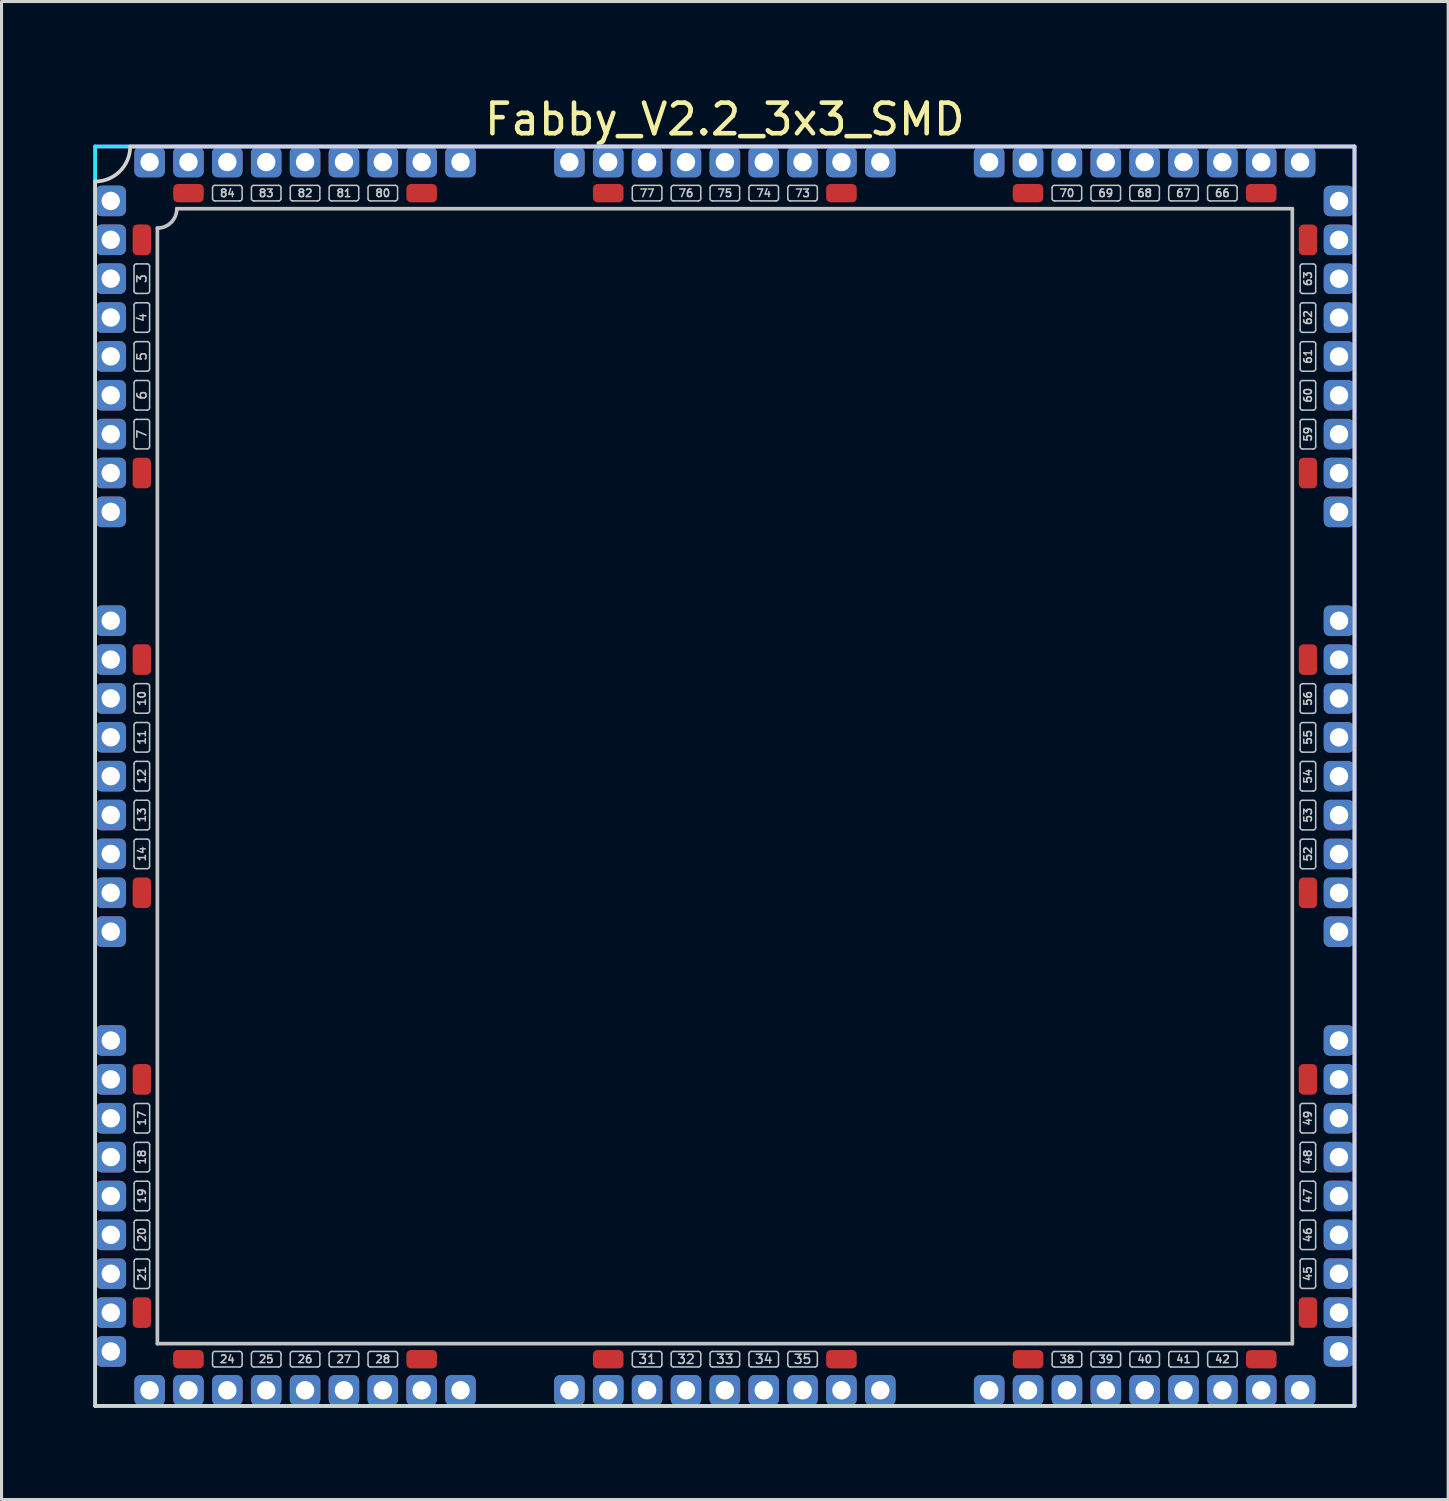
<source format=kicad_pcb>
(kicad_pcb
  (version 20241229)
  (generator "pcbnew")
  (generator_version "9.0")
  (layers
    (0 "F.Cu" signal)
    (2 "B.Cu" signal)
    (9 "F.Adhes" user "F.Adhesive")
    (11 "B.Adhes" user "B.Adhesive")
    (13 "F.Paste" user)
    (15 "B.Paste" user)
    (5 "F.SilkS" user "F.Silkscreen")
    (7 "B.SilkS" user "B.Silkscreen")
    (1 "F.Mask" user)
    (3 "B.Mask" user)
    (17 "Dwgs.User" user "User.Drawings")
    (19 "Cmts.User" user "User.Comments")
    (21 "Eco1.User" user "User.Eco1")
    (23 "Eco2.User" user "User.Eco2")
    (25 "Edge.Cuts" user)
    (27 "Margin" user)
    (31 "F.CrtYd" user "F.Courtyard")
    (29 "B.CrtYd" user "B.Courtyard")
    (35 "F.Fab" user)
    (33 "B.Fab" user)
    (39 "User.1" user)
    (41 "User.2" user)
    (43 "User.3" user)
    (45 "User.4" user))
  (footprint "Fabby_V2.2_3x3_SMD"
    (layer "F.Cu")
    (at 20.634 22.313)
    (property "Reference" "Fabby_V2.2_3x3_SMD" (at 0 -21.465 0) (layer "F.SilkS") (effects (font (size 1 1) (thickness 0.15))))
    (attr through_hole)
    (fp_line (start -19.304 -15.852) (end -19.304 -16.664) (stroke (width 0.05) (type solid)) (layer "Dwgs.User"))
    (fp_line (start -19.304 -14.582) (end -19.304 -15.394) (stroke (width 0.05) (type solid)) (layer "Dwgs.User"))
    (fp_line (start -19.304 -13.312) (end -19.304 -14.124) (stroke (width 0.05) (type solid)) (layer "Dwgs.User"))
    (fp_line (start -19.304 -12.042) (end -19.304 -12.854) (stroke (width 0.05) (type solid)) (layer "Dwgs.User"))
    (fp_line (start -19.304 -10.772) (end -19.304 -11.584) (stroke (width 0.05) (type solid)) (layer "Dwgs.User"))
    (fp_line (start -19.304 -2.136) (end -19.304 -2.948) (stroke (width 0.05) (type solid)) (layer "Dwgs.User"))
    (fp_line (start -19.304 -0.866) (end -19.304 -1.678) (stroke (width 0.05) (type solid)) (layer "Dwgs.User"))
    (fp_line (start -19.304 0.404) (end -19.304 -0.408) (stroke (width 0.05) (type solid)) (layer "Dwgs.User"))
    (fp_line (start -19.304 1.674) (end -19.304 0.862) (stroke (width 0.05) (type solid)) (layer "Dwgs.User"))
    (fp_line (start -19.304 2.944) (end -19.304 2.132) (stroke (width 0.05) (type solid)) (layer "Dwgs.User"))
    (fp_line (start -19.302 11.582) (end -19.302 10.77) (stroke (width 0.05) (type solid)) (layer "Dwgs.User"))
    (fp_line (start -19.302 12.852) (end -19.302 12.04) (stroke (width 0.05) (type solid)) (layer "Dwgs.User"))
    (fp_line (start -19.302 14.122) (end -19.302 13.31) (stroke (width 0.05) (type solid)) (layer "Dwgs.User"))
    (fp_line (start -19.302 15.392) (end -19.302 14.58) (stroke (width 0.05) (type solid)) (layer "Dwgs.User"))
    (fp_line (start -19.302 16.662) (end -19.302 15.85) (stroke (width 0.05) (type solid)) (layer "Dwgs.User"))
    (fp_line (start -19.228 -16.741) (end -18.872 -16.741) (stroke (width 0.05) (type solid)) (layer "Dwgs.User"))
    (fp_line (start -19.228 -15.775) (end -18.872 -15.775) (stroke (width 0.05) (type solid)) (layer "Dwgs.User"))
    (fp_line (start -19.228 -15.471) (end -18.872 -15.471) (stroke (width 0.05) (type solid)) (layer "Dwgs.User"))
    (fp_line (start -19.228 -14.505) (end -18.872 -14.505) (stroke (width 0.05) (type solid)) (layer "Dwgs.User"))
    (fp_line (start -19.228 -14.201) (end -18.872 -14.201) (stroke (width 0.05) (type solid)) (layer "Dwgs.User"))
    (fp_line (start -19.228 -13.235) (end -18.872 -13.235) (stroke (width 0.05) (type solid)) (layer "Dwgs.User"))
    (fp_line (start -19.228 -12.931) (end -18.872 -12.931) (stroke (width 0.05) (type solid)) (layer "Dwgs.User"))
    (fp_line (start -19.228 -11.965) (end -18.872 -11.965) (stroke (width 0.05) (type solid)) (layer "Dwgs.User"))
    (fp_line (start -19.228 -11.661) (end -18.872 -11.661) (stroke (width 0.05) (type solid)) (layer "Dwgs.User"))
    (fp_line (start -19.228 -10.695) (end -18.872 -10.695) (stroke (width 0.05) (type solid)) (layer "Dwgs.User"))
    (fp_line (start -19.228 -3.025) (end -18.872 -3.025) (stroke (width 0.05) (type solid)) (layer "Dwgs.User"))
    (fp_line (start -19.228 -2.059) (end -18.872 -2.059) (stroke (width 0.05) (type solid)) (layer "Dwgs.User"))
    (fp_line (start -19.228 -1.755) (end -18.872 -1.755) (stroke (width 0.05) (type solid)) (layer "Dwgs.User"))
    (fp_line (start -19.228 -0.789) (end -18.872 -0.789) (stroke (width 0.05) (type solid)) (layer "Dwgs.User"))
    (fp_line (start -19.228 -0.485) (end -18.872 -0.485) (stroke (width 0.05) (type solid)) (layer "Dwgs.User"))
    (fp_line (start -19.228 0.481) (end -18.872 0.481) (stroke (width 0.05) (type solid)) (layer "Dwgs.User"))
    (fp_line (start -19.228 0.785) (end -18.872 0.785) (stroke (width 0.05) (type solid)) (layer "Dwgs.User"))
    (fp_line (start -19.228 1.751) (end -18.872 1.751) (stroke (width 0.05) (type solid)) (layer "Dwgs.User"))
    (fp_line (start -19.228 2.055) (end -18.872 2.055) (stroke (width 0.05) (type solid)) (layer "Dwgs.User"))
    (fp_line (start -19.228 3.021) (end -18.872 3.021) (stroke (width 0.05) (type solid)) (layer "Dwgs.User"))
    (fp_line (start -19.226 10.693) (end -18.87 10.693) (stroke (width 0.05) (type solid)) (layer "Dwgs.User"))
    (fp_line (start -19.226 11.659) (end -18.87 11.659) (stroke (width 0.05) (type solid)) (layer "Dwgs.User"))
    (fp_line (start -19.226 11.963) (end -18.87 11.963) (stroke (width 0.05) (type solid)) (layer "Dwgs.User"))
    (fp_line (start -19.226 12.929) (end -18.87 12.929) (stroke (width 0.05) (type solid)) (layer "Dwgs.User"))
    (fp_line (start -19.226 13.233) (end -18.87 13.233) (stroke (width 0.05) (type solid)) (layer "Dwgs.User"))
    (fp_line (start -19.226 14.199) (end -18.87 14.199) (stroke (width 0.05) (type solid)) (layer "Dwgs.User"))
    (fp_line (start -19.226 14.503) (end -18.87 14.503) (stroke (width 0.05) (type solid)) (layer "Dwgs.User"))
    (fp_line (start -19.226 15.469) (end -18.87 15.469) (stroke (width 0.05) (type solid)) (layer "Dwgs.User"))
    (fp_line (start -19.226 15.773) (end -18.87 15.773) (stroke (width 0.05) (type solid)) (layer "Dwgs.User"))
    (fp_line (start -19.226 16.739) (end -18.87 16.739) (stroke (width 0.05) (type solid)) (layer "Dwgs.User"))
    (fp_line (start -18.796 -15.852) (end -18.796 -16.664) (stroke (width 0.05) (type solid)) (layer "Dwgs.User"))
    (fp_line (start -18.796 -14.582) (end -18.796 -15.394) (stroke (width 0.05) (type solid)) (layer "Dwgs.User"))
    (fp_line (start -18.796 -13.312) (end -18.796 -14.124) (stroke (width 0.05) (type solid)) (layer "Dwgs.User"))
    (fp_line (start -18.796 -12.042) (end -18.796 -12.854) (stroke (width 0.05) (type solid)) (layer "Dwgs.User"))
    (fp_line (start -18.796 -10.772) (end -18.796 -11.584) (stroke (width 0.05) (type solid)) (layer "Dwgs.User"))
    (fp_line (start -18.796 -2.136) (end -18.796 -2.948) (stroke (width 0.05) (type solid)) (layer "Dwgs.User"))
    (fp_line (start -18.796 -0.866) (end -18.796 -1.678) (stroke (width 0.05) (type solid)) (layer "Dwgs.User"))
    (fp_line (start -18.796 0.404) (end -18.796 -0.408) (stroke (width 0.05) (type solid)) (layer "Dwgs.User"))
    (fp_line (start -18.796 1.674) (end -18.796 0.862) (stroke (width 0.05) (type solid)) (layer "Dwgs.User"))
    (fp_line (start -18.796 2.944) (end -18.796 2.132) (stroke (width 0.05) (type solid)) (layer "Dwgs.User"))
    (fp_line (start -18.794 11.582) (end -18.794 10.77) (stroke (width 0.05) (type solid)) (layer "Dwgs.User"))
    (fp_line (start -18.794 12.852) (end -18.794 12.04) (stroke (width 0.05) (type solid)) (layer "Dwgs.User"))
    (fp_line (start -18.794 14.122) (end -18.794 13.31) (stroke (width 0.05) (type solid)) (layer "Dwgs.User"))
    (fp_line (start -18.794 15.392) (end -18.794 14.58) (stroke (width 0.05) (type solid)) (layer "Dwgs.User"))
    (fp_line (start -18.794 16.662) (end -18.794 15.85) (stroke (width 0.05) (type solid)) (layer "Dwgs.User"))
    (fp_line (start -18.542 18.542) (end -18.542 -17.909) (stroke (width 0.12) (type solid)) (layer "Dwgs.User"))
    (fp_line (start -17.907 -18.544) (end 18.542 -18.544) (stroke (width 0.12) (type solid)) (layer "Dwgs.User"))
    (fp_line (start -16.739 -18.874) (end -16.739 -19.23) (stroke (width 0.05) (type solid)) (layer "Dwgs.User"))
    (fp_line (start -16.739 18.87) (end -16.739 19.226) (stroke (width 0.05) (type solid)) (layer "Dwgs.User"))
    (fp_line (start -16.662 18.794) (end -15.85 18.794) (stroke (width 0.05) (type solid)) (layer "Dwgs.User"))
    (fp_line (start -16.662 19.302) (end -15.85 19.302) (stroke (width 0.05) (type solid)) (layer "Dwgs.User"))
    (fp_line (start -15.85 -19.306) (end -16.662 -19.306) (stroke (width 0.05) (type solid)) (layer "Dwgs.User"))
    (fp_line (start -15.85 -18.798) (end -16.662 -18.798) (stroke (width 0.05) (type solid)) (layer "Dwgs.User"))
    (fp_line (start -15.773 -18.874) (end -15.773 -19.23) (stroke (width 0.05) (type solid)) (layer "Dwgs.User"))
    (fp_line (start -15.773 18.87) (end -15.773 19.226) (stroke (width 0.05) (type solid)) (layer "Dwgs.User"))
    (fp_line (start -15.469 -18.874) (end -15.469 -19.23) (stroke (width 0.05) (type solid)) (layer "Dwgs.User"))
    (fp_line (start -15.469 18.87) (end -15.469 19.226) (stroke (width 0.05) (type solid)) (layer "Dwgs.User"))
    (fp_line (start -15.392 18.794) (end -14.58 18.794) (stroke (width 0.05) (type solid)) (layer "Dwgs.User"))
    (fp_line (start -15.392 19.302) (end -14.58 19.302) (stroke (width 0.05) (type solid)) (layer "Dwgs.User"))
    (fp_line (start -14.58 -19.306) (end -15.392 -19.306) (stroke (width 0.05) (type solid)) (layer "Dwgs.User"))
    (fp_line (start -14.58 -18.798) (end -15.392 -18.798) (stroke (width 0.05) (type solid)) (layer "Dwgs.User"))
    (fp_line (start -14.503 -18.874) (end -14.503 -19.23) (stroke (width 0.05) (type solid)) (layer "Dwgs.User"))
    (fp_line (start -14.503 18.87) (end -14.503 19.226) (stroke (width 0.05) (type solid)) (layer "Dwgs.User"))
    (fp_line (start -14.199 -18.874) (end -14.199 -19.23) (stroke (width 0.05) (type solid)) (layer "Dwgs.User"))
    (fp_line (start -14.199 18.87) (end -14.199 19.226) (stroke (width 0.05) (type solid)) (layer "Dwgs.User"))
    (fp_line (start -14.122 18.794) (end -13.31 18.794) (stroke (width 0.05) (type solid)) (layer "Dwgs.User"))
    (fp_line (start -14.122 19.302) (end -13.31 19.302) (stroke (width 0.05) (type solid)) (layer "Dwgs.User"))
    (fp_line (start -13.31 -19.306) (end -14.122 -19.306) (stroke (width 0.05) (type solid)) (layer "Dwgs.User"))
    (fp_line (start -13.31 -18.798) (end -14.122 -18.798) (stroke (width 0.05) (type solid)) (layer "Dwgs.User"))
    (fp_line (start -13.233 -18.874) (end -13.233 -19.23) (stroke (width 0.05) (type solid)) (layer "Dwgs.User"))
    (fp_line (start -13.233 18.87) (end -13.233 19.226) (stroke (width 0.05) (type solid)) (layer "Dwgs.User"))
    (fp_line (start -12.929 -18.874) (end -12.929 -19.23) (stroke (width 0.05) (type solid)) (layer "Dwgs.User"))
    (fp_line (start -12.929 18.87) (end -12.929 19.226) (stroke (width 0.05) (type solid)) (layer "Dwgs.User"))
    (fp_line (start -12.852 18.794) (end -12.04 18.794) (stroke (width 0.05) (type solid)) (layer "Dwgs.User"))
    (fp_line (start -12.852 19.302) (end -12.04 19.302) (stroke (width 0.05) (type solid)) (layer "Dwgs.User"))
    (fp_line (start -12.04 -19.306) (end -12.852 -19.306) (stroke (width 0.05) (type solid)) (layer "Dwgs.User"))
    (fp_line (start -12.04 -18.798) (end -12.852 -18.798) (stroke (width 0.05) (type solid)) (layer "Dwgs.User"))
    (fp_line (start -11.963 -18.874) (end -11.963 -19.23) (stroke (width 0.05) (type solid)) (layer "Dwgs.User"))
    (fp_line (start -11.963 18.87) (end -11.963 19.226) (stroke (width 0.05) (type solid)) (layer "Dwgs.User"))
    (fp_line (start -11.659 -18.874) (end -11.659 -19.23) (stroke (width 0.05) (type solid)) (layer "Dwgs.User"))
    (fp_line (start -11.659 18.87) (end -11.659 19.226) (stroke (width 0.05) (type solid)) (layer "Dwgs.User"))
    (fp_line (start -11.582 18.794) (end -10.77 18.794) (stroke (width 0.05) (type solid)) (layer "Dwgs.User"))
    (fp_line (start -11.582 19.302) (end -10.77 19.302) (stroke (width 0.05) (type solid)) (layer "Dwgs.User"))
    (fp_line (start -10.77 -19.306) (end -11.582 -19.306) (stroke (width 0.05) (type solid)) (layer "Dwgs.User"))
    (fp_line (start -10.77 -18.798) (end -11.582 -18.798) (stroke (width 0.05) (type solid)) (layer "Dwgs.User"))
    (fp_line (start -10.693 -18.874) (end -10.693 -19.23) (stroke (width 0.05) (type solid)) (layer "Dwgs.User"))
    (fp_line (start -10.693 18.87) (end -10.693 19.226) (stroke (width 0.05) (type solid)) (layer "Dwgs.User"))
    (fp_line (start -3.023 -18.874) (end -3.023 -19.23) (stroke (width 0.05) (type solid)) (layer "Dwgs.User"))
    (fp_line (start -3.023 19.226) (end -3.023 18.87) (stroke (width 0.05) (type solid)) (layer "Dwgs.User"))
    (fp_line (start -2.134 -19.306) (end -2.946 -19.306) (stroke (width 0.05) (type solid)) (layer "Dwgs.User"))
    (fp_line (start -2.134 -18.798) (end -2.946 -18.798) (stroke (width 0.05) (type solid)) (layer "Dwgs.User"))
    (fp_line (start -2.134 18.794) (end -2.946 18.794) (stroke (width 0.05) (type solid)) (layer "Dwgs.User"))
    (fp_line (start -2.134 19.302) (end -2.946 19.302) (stroke (width 0.05) (type solid)) (layer "Dwgs.User"))
    (fp_line (start -2.057 -18.874) (end -2.057 -19.23) (stroke (width 0.05) (type solid)) (layer "Dwgs.User"))
    (fp_line (start -2.057 19.226) (end -2.057 18.87) (stroke (width 0.05) (type solid)) (layer "Dwgs.User"))
    (fp_line (start -1.753 -18.874) (end -1.753 -19.23) (stroke (width 0.05) (type solid)) (layer "Dwgs.User"))
    (fp_line (start -1.753 19.226) (end -1.753 18.87) (stroke (width 0.05) (type solid)) (layer "Dwgs.User"))
    (fp_line (start -0.864 -19.306) (end -1.676 -19.306) (stroke (width 0.05) (type solid)) (layer "Dwgs.User"))
    (fp_line (start -0.864 -18.798) (end -1.676 -18.798) (stroke (width 0.05) (type solid)) (layer "Dwgs.User"))
    (fp_line (start -0.864 18.794) (end -1.676 18.794) (stroke (width 0.05) (type solid)) (layer "Dwgs.User"))
    (fp_line (start -0.864 19.302) (end -1.676 19.302) (stroke (width 0.05) (type solid)) (layer "Dwgs.User"))
    (fp_line (start -0.787 -18.874) (end -0.787 -19.23) (stroke (width 0.05) (type solid)) (layer "Dwgs.User"))
    (fp_line (start -0.787 19.226) (end -0.787 18.87) (stroke (width 0.05) (type solid)) (layer "Dwgs.User"))
    (fp_line (start -0.483 -18.874) (end -0.483 -19.23) (stroke (width 0.05) (type solid)) (layer "Dwgs.User"))
    (fp_line (start -0.483 19.226) (end -0.483 18.87) (stroke (width 0.05) (type solid)) (layer "Dwgs.User"))
    (fp_line (start 0.406 -19.306) (end -0.406 -19.306) (stroke (width 0.05) (type solid)) (layer "Dwgs.User"))
    (fp_line (start 0.406 -18.798) (end -0.406 -18.798) (stroke (width 0.05) (type solid)) (layer "Dwgs.User"))
    (fp_line (start 0.406 18.794) (end -0.406 18.794) (stroke (width 0.05) (type solid)) (layer "Dwgs.User"))
    (fp_line (start 0.406 19.302) (end -0.406 19.302) (stroke (width 0.05) (type solid)) (layer "Dwgs.User"))
    (fp_line (start 0.483 -18.874) (end 0.483 -19.23) (stroke (width 0.05) (type solid)) (layer "Dwgs.User"))
    (fp_line (start 0.483 19.226) (end 0.483 18.87) (stroke (width 0.05) (type solid)) (layer "Dwgs.User"))
    (fp_line (start 0.787 -18.874) (end 0.787 -19.23) (stroke (width 0.05) (type solid)) (layer "Dwgs.User"))
    (fp_line (start 0.787 19.226) (end 0.787 18.87) (stroke (width 0.05) (type solid)) (layer "Dwgs.User"))
    (fp_line (start 1.676 -19.306) (end 0.864 -19.306) (stroke (width 0.05) (type solid)) (layer "Dwgs.User"))
    (fp_line (start 1.676 -18.798) (end 0.864 -18.798) (stroke (width 0.05) (type solid)) (layer "Dwgs.User"))
    (fp_line (start 1.676 18.794) (end 0.864 18.794) (stroke (width 0.05) (type solid)) (layer "Dwgs.User"))
    (fp_line (start 1.676 19.302) (end 0.864 19.302) (stroke (width 0.05) (type solid)) (layer "Dwgs.User"))
    (fp_line (start 1.753 -18.874) (end 1.753 -19.23) (stroke (width 0.05) (type solid)) (layer "Dwgs.User"))
    (fp_line (start 1.753 19.226) (end 1.753 18.87) (stroke (width 0.05) (type solid)) (layer "Dwgs.User"))
    (fp_line (start 2.057 -18.874) (end 2.057 -19.23) (stroke (width 0.05) (type solid)) (layer "Dwgs.User"))
    (fp_line (start 2.057 19.226) (end 2.057 18.87) (stroke (width 0.05) (type solid)) (layer "Dwgs.User"))
    (fp_line (start 2.946 -19.306) (end 2.134 -19.306) (stroke (width 0.05) (type solid)) (layer "Dwgs.User"))
    (fp_line (start 2.946 -18.798) (end 2.134 -18.798) (stroke (width 0.05) (type solid)) (layer "Dwgs.User"))
    (fp_line (start 2.946 18.794) (end 2.134 18.794) (stroke (width 0.05) (type solid)) (layer "Dwgs.User"))
    (fp_line (start 2.946 19.302) (end 2.134 19.302) (stroke (width 0.05) (type solid)) (layer "Dwgs.User"))
    (fp_line (start 3.023 -18.874) (end 3.023 -19.23) (stroke (width 0.05) (type solid)) (layer "Dwgs.User"))
    (fp_line (start 3.023 19.226) (end 3.023 18.87) (stroke (width 0.05) (type solid)) (layer "Dwgs.User"))
    (fp_line (start 10.693 -18.874) (end 10.693 -19.23) (stroke (width 0.05) (type solid)) (layer "Dwgs.User"))
    (fp_line (start 10.695 19.228) (end 10.695 18.872) (stroke (width 0.05) (type solid)) (layer "Dwgs.User"))
    (fp_line (start 11.582 -19.306) (end 10.77 -19.306) (stroke (width 0.05) (type solid)) (layer "Dwgs.User"))
    (fp_line (start 11.582 -18.798) (end 10.77 -18.798) (stroke (width 0.05) (type solid)) (layer "Dwgs.User"))
    (fp_line (start 11.584 18.796) (end 10.772 18.796) (stroke (width 0.05) (type solid)) (layer "Dwgs.User"))
    (fp_line (start 11.584 19.304) (end 10.772 19.304) (stroke (width 0.05) (type solid)) (layer "Dwgs.User"))
    (fp_line (start 11.659 -18.874) (end 11.659 -19.23) (stroke (width 0.05) (type solid)) (layer "Dwgs.User"))
    (fp_line (start 11.661 19.228) (end 11.661 18.872) (stroke (width 0.05) (type solid)) (layer "Dwgs.User"))
    (fp_line (start 11.963 -18.874) (end 11.963 -19.23) (stroke (width 0.05) (type solid)) (layer "Dwgs.User"))
    (fp_line (start 11.965 19.228) (end 11.965 18.872) (stroke (width 0.05) (type solid)) (layer "Dwgs.User"))
    (fp_line (start 12.852 -19.306) (end 12.04 -19.306) (stroke (width 0.05) (type solid)) (layer "Dwgs.User"))
    (fp_line (start 12.852 -18.798) (end 12.04 -18.798) (stroke (width 0.05) (type solid)) (layer "Dwgs.User"))
    (fp_line (start 12.854 18.796) (end 12.042 18.796) (stroke (width 0.05) (type solid)) (layer "Dwgs.User"))
    (fp_line (start 12.854 19.304) (end 12.042 19.304) (stroke (width 0.05) (type solid)) (layer "Dwgs.User"))
    (fp_line (start 12.929 -18.874) (end 12.929 -19.23) (stroke (width 0.05) (type solid)) (layer "Dwgs.User"))
    (fp_line (start 12.931 19.228) (end 12.931 18.872) (stroke (width 0.05) (type solid)) (layer "Dwgs.User"))
    (fp_line (start 13.233 -18.874) (end 13.233 -19.23) (stroke (width 0.05) (type solid)) (layer "Dwgs.User"))
    (fp_line (start 13.235 19.228) (end 13.235 18.872) (stroke (width 0.05) (type solid)) (layer "Dwgs.User"))
    (fp_line (start 14.122 -19.306) (end 13.31 -19.306) (stroke (width 0.05) (type solid)) (layer "Dwgs.User"))
    (fp_line (start 14.122 -18.798) (end 13.31 -18.798) (stroke (width 0.05) (type solid)) (layer "Dwgs.User"))
    (fp_line (start 14.124 18.796) (end 13.312 18.796) (stroke (width 0.05) (type solid)) (layer "Dwgs.User"))
    (fp_line (start 14.124 19.304) (end 13.312 19.304) (stroke (width 0.05) (type solid)) (layer "Dwgs.User"))
    (fp_line (start 14.199 -18.874) (end 14.199 -19.23) (stroke (width 0.05) (type solid)) (layer "Dwgs.User"))
    (fp_line (start 14.201 19.228) (end 14.201 18.872) (stroke (width 0.05) (type solid)) (layer "Dwgs.User"))
    (fp_line (start 14.503 -18.874) (end 14.503 -19.23) (stroke (width 0.05) (type solid)) (layer "Dwgs.User"))
    (fp_line (start 14.505 19.228) (end 14.505 18.872) (stroke (width 0.05) (type solid)) (layer "Dwgs.User"))
    (fp_line (start 15.392 -19.306) (end 14.58 -19.306) (stroke (width 0.05) (type solid)) (layer "Dwgs.User"))
    (fp_line (start 15.392 -18.798) (end 14.58 -18.798) (stroke (width 0.05) (type solid)) (layer "Dwgs.User"))
    (fp_line (start 15.394 18.796) (end 14.582 18.796) (stroke (width 0.05) (type solid)) (layer "Dwgs.User"))
    (fp_line (start 15.394 19.304) (end 14.582 19.304) (stroke (width 0.05) (type solid)) (layer "Dwgs.User"))
    (fp_line (start 15.469 -18.874) (end 15.469 -19.23) (stroke (width 0.05) (type solid)) (layer "Dwgs.User"))
    (fp_line (start 15.471 19.228) (end 15.471 18.872) (stroke (width 0.05) (type solid)) (layer "Dwgs.User"))
    (fp_line (start 15.773 -18.874) (end 15.773 -19.23) (stroke (width 0.05) (type solid)) (layer "Dwgs.User"))
    (fp_line (start 15.775 19.228) (end 15.775 18.872) (stroke (width 0.05) (type solid)) (layer "Dwgs.User"))
    (fp_line (start 16.662 -19.306) (end 15.85 -19.306) (stroke (width 0.05) (type solid)) (layer "Dwgs.User"))
    (fp_line (start 16.662 -18.798) (end 15.85 -18.798) (stroke (width 0.05) (type solid)) (layer "Dwgs.User"))
    (fp_line (start 16.664 18.796) (end 15.852 18.796) (stroke (width 0.05) (type solid)) (layer "Dwgs.User"))
    (fp_line (start 16.664 19.304) (end 15.852 19.304) (stroke (width 0.05) (type solid)) (layer "Dwgs.User"))
    (fp_line (start 16.739 -18.874) (end 16.739 -19.23) (stroke (width 0.05) (type solid)) (layer "Dwgs.User"))
    (fp_line (start 16.741 19.228) (end 16.741 18.872) (stroke (width 0.05) (type solid)) (layer "Dwgs.User"))
    (fp_line (start 18.542 -18.544) (end 18.542 18.54) (stroke (width 0.12) (type solid)) (layer "Dwgs.User"))
    (fp_line (start 18.542 18.54) (end -18.542 18.54) (stroke (width 0.12) (type solid)) (layer "Dwgs.User"))
    (fp_line (start 18.796 11.58) (end 18.796 10.768) (stroke (width 0.05) (type solid)) (layer "Dwgs.User"))
    (fp_line (start 18.796 12.85) (end 18.796 12.038) (stroke (width 0.05) (type solid)) (layer "Dwgs.User"))
    (fp_line (start 18.796 14.12) (end 18.796 13.308) (stroke (width 0.05) (type solid)) (layer "Dwgs.User"))
    (fp_line (start 18.796 15.39) (end 18.796 14.578) (stroke (width 0.05) (type solid)) (layer "Dwgs.User"))
    (fp_line (start 18.796 16.66) (end 18.796 15.848) (stroke (width 0.05) (type solid)) (layer "Dwgs.User"))
    (fp_line (start 18.798 -15.85) (end 18.798 -16.662) (stroke (width 0.05) (type solid)) (layer "Dwgs.User"))
    (fp_line (start 18.798 -14.58) (end 18.798 -15.392) (stroke (width 0.05) (type solid)) (layer "Dwgs.User"))
    (fp_line (start 18.798 -13.31) (end 18.798 -14.122) (stroke (width 0.05) (type solid)) (layer "Dwgs.User"))
    (fp_line (start 18.798 -12.04) (end 18.798 -12.852) (stroke (width 0.05) (type solid)) (layer "Dwgs.User"))
    (fp_line (start 18.798 -10.77) (end 18.798 -11.582) (stroke (width 0.05) (type solid)) (layer "Dwgs.User"))
    (fp_line (start 18.798 -2.134) (end 18.798 -2.946) (stroke (width 0.05) (type solid)) (layer "Dwgs.User"))
    (fp_line (start 18.798 -0.864) (end 18.798 -1.676) (stroke (width 0.05) (type solid)) (layer "Dwgs.User"))
    (fp_line (start 18.798 0.406) (end 18.798 -0.406) (stroke (width 0.05) (type solid)) (layer "Dwgs.User"))
    (fp_line (start 18.798 1.676) (end 18.798 0.864) (stroke (width 0.05) (type solid)) (layer "Dwgs.User"))
    (fp_line (start 18.798 2.946) (end 18.798 2.134) (stroke (width 0.05) (type solid)) (layer "Dwgs.User"))
    (fp_line (start 18.872 10.691) (end 19.228 10.691) (stroke (width 0.05) (type solid)) (layer "Dwgs.User"))
    (fp_line (start 18.872 11.657) (end 19.228 11.657) (stroke (width 0.05) (type solid)) (layer "Dwgs.User"))
    (fp_line (start 18.872 11.961) (end 19.228 11.961) (stroke (width 0.05) (type solid)) (layer "Dwgs.User"))
    (fp_line (start 18.872 12.927) (end 19.228 12.927) (stroke (width 0.05) (type solid)) (layer "Dwgs.User"))
    (fp_line (start 18.872 13.231) (end 19.228 13.231) (stroke (width 0.05) (type solid)) (layer "Dwgs.User"))
    (fp_line (start 18.872 14.197) (end 19.228 14.197) (stroke (width 0.05) (type solid)) (layer "Dwgs.User"))
    (fp_line (start 18.872 14.501) (end 19.228 14.501) (stroke (width 0.05) (type solid)) (layer "Dwgs.User"))
    (fp_line (start 18.872 15.467) (end 19.228 15.467) (stroke (width 0.05) (type solid)) (layer "Dwgs.User"))
    (fp_line (start 18.872 15.771) (end 19.228 15.771) (stroke (width 0.05) (type solid)) (layer "Dwgs.User"))
    (fp_line (start 18.872 16.737) (end 19.228 16.737) (stroke (width 0.05) (type solid)) (layer "Dwgs.User"))
    (fp_line (start 18.874 -16.739) (end 19.23 -16.739) (stroke (width 0.05) (type solid)) (layer "Dwgs.User"))
    (fp_line (start 18.874 -15.773) (end 19.23 -15.773) (stroke (width 0.05) (type solid)) (layer "Dwgs.User"))
    (fp_line (start 18.874 -15.469) (end 19.23 -15.469) (stroke (width 0.05) (type solid)) (layer "Dwgs.User"))
    (fp_line (start 18.874 -14.503) (end 19.23 -14.503) (stroke (width 0.05) (type solid)) (layer "Dwgs.User"))
    (fp_line (start 18.874 -14.199) (end 19.23 -14.199) (stroke (width 0.05) (type solid)) (layer "Dwgs.User"))
    (fp_line (start 18.874 -13.233) (end 19.23 -13.233) (stroke (width 0.05) (type solid)) (layer "Dwgs.User"))
    (fp_line (start 18.874 -12.929) (end 19.23 -12.929) (stroke (width 0.05) (type solid)) (layer "Dwgs.User"))
    (fp_line (start 18.874 -11.963) (end 19.23 -11.963) (stroke (width 0.05) (type solid)) (layer "Dwgs.User"))
    (fp_line (start 18.874 -11.659) (end 19.23 -11.659) (stroke (width 0.05) (type solid)) (layer "Dwgs.User"))
    (fp_line (start 18.874 -10.693) (end 19.23 -10.693) (stroke (width 0.05) (type solid)) (layer "Dwgs.User"))
    (fp_line (start 18.874 -3.023) (end 19.23 -3.023) (stroke (width 0.05) (type solid)) (layer "Dwgs.User"))
    (fp_line (start 18.874 -2.057) (end 19.23 -2.057) (stroke (width 0.05) (type solid)) (layer "Dwgs.User"))
    (fp_line (start 18.874 -1.753) (end 19.23 -1.753) (stroke (width 0.05) (type solid)) (layer "Dwgs.User"))
    (fp_line (start 18.874 -0.787) (end 19.23 -0.787) (stroke (width 0.05) (type solid)) (layer "Dwgs.User"))
    (fp_line (start 18.874 -0.483) (end 19.23 -0.483) (stroke (width 0.05) (type solid)) (layer "Dwgs.User"))
    (fp_line (start 18.874 0.483) (end 19.23 0.483) (stroke (width 0.05) (type solid)) (layer "Dwgs.User"))
    (fp_line (start 18.874 0.787) (end 19.23 0.787) (stroke (width 0.05) (type solid)) (layer "Dwgs.User"))
    (fp_line (start 18.874 1.753) (end 19.23 1.753) (stroke (width 0.05) (type solid)) (layer "Dwgs.User"))
    (fp_line (start 18.874 2.057) (end 19.23 2.057) (stroke (width 0.05) (type solid)) (layer "Dwgs.User"))
    (fp_line (start 18.874 3.023) (end 19.23 3.023) (stroke (width 0.05) (type solid)) (layer "Dwgs.User"))
    (fp_line (start 19.304 11.58) (end 19.304 10.768) (stroke (width 0.05) (type solid)) (layer "Dwgs.User"))
    (fp_line (start 19.304 12.85) (end 19.304 12.038) (stroke (width 0.05) (type solid)) (layer "Dwgs.User"))
    (fp_line (start 19.304 14.12) (end 19.304 13.308) (stroke (width 0.05) (type solid)) (layer "Dwgs.User"))
    (fp_line (start 19.304 15.39) (end 19.304 14.578) (stroke (width 0.05) (type solid)) (layer "Dwgs.User"))
    (fp_line (start 19.304 16.66) (end 19.304 15.848) (stroke (width 0.05) (type solid)) (layer "Dwgs.User"))
    (fp_line (start 19.306 -15.85) (end 19.306 -16.662) (stroke (width 0.05) (type solid)) (layer "Dwgs.User"))
    (fp_line (start 19.306 -14.58) (end 19.306 -15.392) (stroke (width 0.05) (type solid)) (layer "Dwgs.User"))
    (fp_line (start 19.306 -13.31) (end 19.306 -14.122) (stroke (width 0.05) (type solid)) (layer "Dwgs.User"))
    (fp_line (start 19.306 -12.04) (end 19.306 -12.852) (stroke (width 0.05) (type solid)) (layer "Dwgs.User"))
    (fp_line (start 19.306 -10.77) (end 19.306 -11.582) (stroke (width 0.05) (type solid)) (layer "Dwgs.User"))
    (fp_line (start 19.306 -2.134) (end 19.306 -2.946) (stroke (width 0.05) (type solid)) (layer "Dwgs.User"))
    (fp_line (start 19.306 -0.864) (end 19.306 -1.676) (stroke (width 0.05) (type solid)) (layer "Dwgs.User"))
    (fp_line (start 19.306 0.406) (end 19.306 -0.406) (stroke (width 0.05) (type solid)) (layer "Dwgs.User"))
    (fp_line (start 19.306 1.676) (end 19.306 0.864) (stroke (width 0.05) (type solid)) (layer "Dwgs.User"))
    (fp_line (start 19.306 2.946) (end 19.306 2.134) (stroke (width 0.05) (type solid)) (layer "Dwgs.User"))
    (fp_arc (start -19.304 -16.6644) (mid -19.281682 -16.718282) (end -19.2278 -16.7406) (stroke (width 0.05) (type solid)) (layer "Dwgs.User"))
    (fp_arc (start -19.304 -15.3944) (mid -19.281682 -15.448282) (end -19.2278 -15.4706) (stroke (width 0.05) (type solid)) (layer "Dwgs.User"))
    (fp_arc (start -19.304 -14.1244) (mid -19.281682 -14.178282) (end -19.2278 -14.2006) (stroke (width 0.05) (type solid)) (layer "Dwgs.User"))
    (fp_arc (start -19.304 -12.8544) (mid -19.281682 -12.908282) (end -19.2278 -12.9306) (stroke (width 0.05) (type solid)) (layer "Dwgs.User"))
    (fp_arc (start -19.304 -11.5844) (mid -19.281682 -11.638282) (end -19.2278 -11.6606) (stroke (width 0.05) (type solid)) (layer "Dwgs.User"))
    (fp_arc (start -19.304 -2.9484) (mid -19.281682 -3.002282) (end -19.2278 -3.0246) (stroke (width 0.05) (type solid)) (layer "Dwgs.User"))
    (fp_arc (start -19.304 -1.6784) (mid -19.281682 -1.732282) (end -19.2278 -1.7546) (stroke (width 0.05) (type solid)) (layer "Dwgs.User"))
    (fp_arc (start -19.304 -0.4084) (mid -19.281682 -0.462282) (end -19.2278 -0.4846) (stroke (width 0.05) (type solid)) (layer "Dwgs.User"))
    (fp_arc (start -19.304 0.8616) (mid -19.281682 0.807718) (end -19.2278 0.7854) (stroke (width 0.05) (type solid)) (layer "Dwgs.User"))
    (fp_arc (start -19.304 2.1316) (mid -19.281682 2.077718) (end -19.2278 2.0554) (stroke (width 0.05) (type solid)) (layer "Dwgs.User"))
    (fp_arc (start -19.302 10.7696) (mid -19.279682 10.715718) (end -19.2258 10.6934) (stroke (width 0.05) (type solid)) (layer "Dwgs.User"))
    (fp_arc (start -19.302 12.0396) (mid -19.279682 11.985718) (end -19.2258 11.9634) (stroke (width 0.05) (type solid)) (layer "Dwgs.User"))
    (fp_arc (start -19.302 13.3096) (mid -19.279682 13.255718) (end -19.2258 13.2334) (stroke (width 0.05) (type solid)) (layer "Dwgs.User"))
    (fp_arc (start -19.302 14.5796) (mid -19.279682 14.525718) (end -19.2258 14.5034) (stroke (width 0.05) (type solid)) (layer "Dwgs.User"))
    (fp_arc (start -19.302 15.8496) (mid -19.279682 15.795718) (end -19.2258 15.7734) (stroke (width 0.05) (type solid)) (layer "Dwgs.User"))
    (fp_arc (start -19.2278 -15.7754) (mid -19.281682 -15.797718) (end -19.304 -15.8516) (stroke (width 0.05) (type solid)) (layer "Dwgs.User"))
    (fp_arc (start -19.2278 -14.5054) (mid -19.281682 -14.527718) (end -19.304 -14.5816) (stroke (width 0.05) (type solid)) (layer "Dwgs.User"))
    (fp_arc (start -19.2278 -13.2354) (mid -19.281682 -13.257718) (end -19.304 -13.3116) (stroke (width 0.05) (type solid)) (layer "Dwgs.User"))
    (fp_arc (start -19.2278 -11.9654) (mid -19.281682 -11.987718) (end -19.304 -12.0416) (stroke (width 0.05) (type solid)) (layer "Dwgs.User"))
    (fp_arc (start -19.2278 -10.6954) (mid -19.281682 -10.717718) (end -19.304 -10.7716) (stroke (width 0.05) (type solid)) (layer "Dwgs.User"))
    (fp_arc (start -19.2278 -2.0594) (mid -19.281682 -2.081718) (end -19.304 -2.1356) (stroke (width 0.05) (type solid)) (layer "Dwgs.User"))
    (fp_arc (start -19.2278 -0.7894) (mid -19.281682 -0.811718) (end -19.304 -0.8656) (stroke (width 0.05) (type solid)) (layer "Dwgs.User"))
    (fp_arc (start -19.2278 0.4806) (mid -19.281682 0.458282) (end -19.304 0.4044) (stroke (width 0.05) (type solid)) (layer "Dwgs.User"))
    (fp_arc (start -19.2278 1.7506) (mid -19.281682 1.728282) (end -19.304 1.6744) (stroke (width 0.05) (type solid)) (layer "Dwgs.User"))
    (fp_arc (start -19.2278 3.0206) (mid -19.281682 2.998282) (end -19.304 2.9444) (stroke (width 0.05) (type solid)) (layer "Dwgs.User"))
    (fp_arc (start -19.2258 11.6586) (mid -19.279682 11.636282) (end -19.302 11.5824) (stroke (width 0.05) (type solid)) (layer "Dwgs.User"))
    (fp_arc (start -19.2258 12.9286) (mid -19.279682 12.906282) (end -19.302 12.8524) (stroke (width 0.05) (type solid)) (layer "Dwgs.User"))
    (fp_arc (start -19.2258 14.1986) (mid -19.279682 14.176282) (end -19.302 14.1224) (stroke (width 0.05) (type solid)) (layer "Dwgs.User"))
    (fp_arc (start -19.2258 15.4686) (mid -19.279682 15.446282) (end -19.302 15.3924) (stroke (width 0.05) (type solid)) (layer "Dwgs.User"))
    (fp_arc (start -19.2258 16.7386) (mid -19.279682 16.716282) (end -19.302 16.6624) (stroke (width 0.05) (type solid)) (layer "Dwgs.User"))
    (fp_arc (start -18.8722 -16.7406) (mid -18.818318 -16.718282) (end -18.796 -16.6644) (stroke (width 0.05) (type solid)) (layer "Dwgs.User"))
    (fp_arc (start -18.8722 -15.4706) (mid -18.818318 -15.448282) (end -18.796 -15.3944) (stroke (width 0.05) (type solid)) (layer "Dwgs.User"))
    (fp_arc (start -18.8722 -14.2006) (mid -18.818318 -14.178282) (end -18.796 -14.1244) (stroke (width 0.05) (type solid)) (layer "Dwgs.User"))
    (fp_arc (start -18.8722 -12.9306) (mid -18.818318 -12.908282) (end -18.796 -12.8544) (stroke (width 0.05) (type solid)) (layer "Dwgs.User"))
    (fp_arc (start -18.8722 -11.6606) (mid -18.818318 -11.638282) (end -18.796 -11.5844) (stroke (width 0.05) (type solid)) (layer "Dwgs.User"))
    (fp_arc (start -18.8722 -3.0246) (mid -18.818318 -3.002282) (end -18.796 -2.9484) (stroke (width 0.05) (type solid)) (layer "Dwgs.User"))
    (fp_arc (start -18.8722 -1.7546) (mid -18.818318 -1.732282) (end -18.796 -1.6784) (stroke (width 0.05) (type solid)) (layer "Dwgs.User"))
    (fp_arc (start -18.8722 -0.4846) (mid -18.818318 -0.462282) (end -18.796 -0.4084) (stroke (width 0.05) (type solid)) (layer "Dwgs.User"))
    (fp_arc (start -18.8722 0.7854) (mid -18.818318 0.807718) (end -18.796 0.8616) (stroke (width 0.05) (type solid)) (layer "Dwgs.User"))
    (fp_arc (start -18.8722 2.0554) (mid -18.818318 2.077718) (end -18.796 2.1316) (stroke (width 0.05) (type solid)) (layer "Dwgs.User"))
    (fp_arc (start -18.8702 10.6934) (mid -18.816318 10.715718) (end -18.794 10.7696) (stroke (width 0.05) (type solid)) (layer "Dwgs.User"))
    (fp_arc (start -18.8702 11.9634) (mid -18.816318 11.985718) (end -18.794 12.0396) (stroke (width 0.05) (type solid)) (layer "Dwgs.User"))
    (fp_arc (start -18.8702 13.2334) (mid -18.816318 13.255718) (end -18.794 13.3096) (stroke (width 0.05) (type solid)) (layer "Dwgs.User"))
    (fp_arc (start -18.8702 14.5034) (mid -18.816318 14.525718) (end -18.794 14.5796) (stroke (width 0.05) (type solid)) (layer "Dwgs.User"))
    (fp_arc (start -18.8702 15.7734) (mid -18.816318 15.795718) (end -18.794 15.8496) (stroke (width 0.05) (type solid)) (layer "Dwgs.User"))
    (fp_arc (start -18.796 -15.8516) (mid -18.818318 -15.797718) (end -18.8722 -15.7754) (stroke (width 0.05) (type solid)) (layer "Dwgs.User"))
    (fp_arc (start -18.796 -14.5816) (mid -18.818318 -14.527718) (end -18.8722 -14.5054) (stroke (width 0.05) (type solid)) (layer "Dwgs.User"))
    (fp_arc (start -18.796 -13.3116) (mid -18.818318 -13.257718) (end -18.8722 -13.2354) (stroke (width 0.05) (type solid)) (layer "Dwgs.User"))
    (fp_arc (start -18.796 -12.0416) (mid -18.818318 -11.987718) (end -18.8722 -11.9654) (stroke (width 0.05) (type solid)) (layer "Dwgs.User"))
    (fp_arc (start -18.796 -10.7716) (mid -18.818318 -10.717718) (end -18.8722 -10.6954) (stroke (width 0.05) (type solid)) (layer "Dwgs.User"))
    (fp_arc (start -18.796 -2.1356) (mid -18.818318 -2.081718) (end -18.8722 -2.0594) (stroke (width 0.05) (type solid)) (layer "Dwgs.User"))
    (fp_arc (start -18.796 -0.8656) (mid -18.818318 -0.811718) (end -18.8722 -0.7894) (stroke (width 0.05) (type solid)) (layer "Dwgs.User"))
    (fp_arc (start -18.796 0.4044) (mid -18.818318 0.458282) (end -18.8722 0.4806) (stroke (width 0.05) (type solid)) (layer "Dwgs.User"))
    (fp_arc (start -18.796 1.6744) (mid -18.818318 1.728282) (end -18.8722 1.7506) (stroke (width 0.05) (type solid)) (layer "Dwgs.User"))
    (fp_arc (start -18.796 2.9444) (mid -18.818318 2.998282) (end -18.8722 3.0206) (stroke (width 0.05) (type solid)) (layer "Dwgs.User"))
    (fp_arc (start -18.794 11.5824) (mid -18.816318 11.636282) (end -18.8702 11.6586) (stroke (width 0.05) (type solid)) (layer "Dwgs.User"))
    (fp_arc (start -18.794 12.8524) (mid -18.816318 12.906282) (end -18.8702 12.9286) (stroke (width 0.05) (type solid)) (layer "Dwgs.User"))
    (fp_arc (start -18.794 14.1224) (mid -18.816318 14.176282) (end -18.8702 14.1986) (stroke (width 0.05) (type solid)) (layer "Dwgs.User"))
    (fp_arc (start -18.794 15.3924) (mid -18.816318 15.446282) (end -18.8702 15.4686) (stroke (width 0.05) (type solid)) (layer "Dwgs.User"))
    (fp_arc (start -18.794 16.6624) (mid -18.816318 16.716282) (end -18.8702 16.7386) (stroke (width 0.05) (type solid)) (layer "Dwgs.User"))
    (fp_arc (start -17.907 -18.544) (mid -18.092987 -18.094987) (end -18.542 -17.909) (stroke (width 0.12) (type solid)) (layer "Dwgs.User"))
    (fp_arc (start -16.7386 -19.2298) (mid -16.716282 -19.283682) (end -16.6624 -19.306) (stroke (width 0.05) (type solid)) (layer "Dwgs.User"))
    (fp_arc (start -16.7386 18.8702) (mid -16.716282 18.816318) (end -16.6624 18.794) (stroke (width 0.05) (type solid)) (layer "Dwgs.User"))
    (fp_arc (start -16.6624 -18.798) (mid -16.716282 -18.820318) (end -16.7386 -18.8742) (stroke (width 0.05) (type solid)) (layer "Dwgs.User"))
    (fp_arc (start -16.6624 19.302) (mid -16.716282 19.279682) (end -16.7386 19.2258) (stroke (width 0.05) (type solid)) (layer "Dwgs.User"))
    (fp_arc (start -15.8496 -19.306) (mid -15.795718 -19.283682) (end -15.7734 -19.2298) (stroke (width 0.05) (type solid)) (layer "Dwgs.User"))
    (fp_arc (start -15.8496 18.794) (mid -15.795718 18.816318) (end -15.7734 18.8702) (stroke (width 0.05) (type solid)) (layer "Dwgs.User"))
    (fp_arc (start -15.7734 -18.8742) (mid -15.795718 -18.820318) (end -15.8496 -18.798) (stroke (width 0.05) (type solid)) (layer "Dwgs.User"))
    (fp_arc (start -15.7734 19.2258) (mid -15.795718 19.279682) (end -15.8496 19.302) (stroke (width 0.05) (type solid)) (layer "Dwgs.User"))
    (fp_arc (start -15.4686 -19.2298) (mid -15.446282 -19.283682) (end -15.3924 -19.306) (stroke (width 0.05) (type solid)) (layer "Dwgs.User"))
    (fp_arc (start -15.4686 18.8702) (mid -15.446282 18.816318) (end -15.3924 18.794) (stroke (width 0.05) (type solid)) (layer "Dwgs.User"))
    (fp_arc (start -15.3924 -18.798) (mid -15.446282 -18.820318) (end -15.4686 -18.8742) (stroke (width 0.05) (type solid)) (layer "Dwgs.User"))
    (fp_arc (start -15.3924 19.302) (mid -15.446282 19.279682) (end -15.4686 19.2258) (stroke (width 0.05) (type solid)) (layer "Dwgs.User"))
    (fp_arc (start -14.5796 -19.306) (mid -14.525718 -19.283682) (end -14.5034 -19.2298) (stroke (width 0.05) (type solid)) (layer "Dwgs.User"))
    (fp_arc (start -14.5796 18.794) (mid -14.525718 18.816318) (end -14.5034 18.8702) (stroke (width 0.05) (type solid)) (layer "Dwgs.User"))
    (fp_arc (start -14.5034 -18.8742) (mid -14.525718 -18.820318) (end -14.5796 -18.798) (stroke (width 0.05) (type solid)) (layer "Dwgs.User"))
    (fp_arc (start -14.5034 19.2258) (mid -14.525718 19.279682) (end -14.5796 19.302) (stroke (width 0.05) (type solid)) (layer "Dwgs.User"))
    (fp_arc (start -14.1986 -19.2298) (mid -14.176282 -19.283682) (end -14.1224 -19.306) (stroke (width 0.05) (type solid)) (layer "Dwgs.User"))
    (fp_arc (start -14.1986 18.8702) (mid -14.176282 18.816318) (end -14.1224 18.794) (stroke (width 0.05) (type solid)) (layer "Dwgs.User"))
    (fp_arc (start -14.1224 -18.798) (mid -14.176282 -18.820318) (end -14.1986 -18.8742) (stroke (width 0.05) (type solid)) (layer "Dwgs.User"))
    (fp_arc (start -14.1224 19.302) (mid -14.176282 19.279682) (end -14.1986 19.2258) (stroke (width 0.05) (type solid)) (layer "Dwgs.User"))
    (fp_arc (start -13.3096 -19.306) (mid -13.255718 -19.283682) (end -13.2334 -19.2298) (stroke (width 0.05) (type solid)) (layer "Dwgs.User"))
    (fp_arc (start -13.3096 18.794) (mid -13.255718 18.816318) (end -13.2334 18.8702) (stroke (width 0.05) (type solid)) (layer "Dwgs.User"))
    (fp_arc (start -13.2334 -18.8742) (mid -13.255718 -18.820318) (end -13.3096 -18.798) (stroke (width 0.05) (type solid)) (layer "Dwgs.User"))
    (fp_arc (start -13.2334 19.2258) (mid -13.255718 19.279682) (end -13.3096 19.302) (stroke (width 0.05) (type solid)) (layer "Dwgs.User"))
    (fp_arc (start -12.9286 -19.2298) (mid -12.906282 -19.283682) (end -12.8524 -19.306) (stroke (width 0.05) (type solid)) (layer "Dwgs.User"))
    (fp_arc (start -12.9286 18.8702) (mid -12.906282 18.816318) (end -12.8524 18.794) (stroke (width 0.05) (type solid)) (layer "Dwgs.User"))
    (fp_arc (start -12.8524 -18.798) (mid -12.906282 -18.820318) (end -12.9286 -18.8742) (stroke (width 0.05) (type solid)) (layer "Dwgs.User"))
    (fp_arc (start -12.8524 19.302) (mid -12.906282 19.279682) (end -12.9286 19.2258) (stroke (width 0.05) (type solid)) (layer "Dwgs.User"))
    (fp_arc (start -12.0396 -19.306) (mid -11.985718 -19.283682) (end -11.9634 -19.2298) (stroke (width 0.05) (type solid)) (layer "Dwgs.User"))
    (fp_arc (start -12.0396 18.794) (mid -11.985718 18.816318) (end -11.9634 18.8702) (stroke (width 0.05) (type solid)) (layer "Dwgs.User"))
    (fp_arc (start -11.9634 -18.8742) (mid -11.985718 -18.820318) (end -12.0396 -18.798) (stroke (width 0.05) (type solid)) (layer "Dwgs.User"))
    (fp_arc (start -11.9634 19.2258) (mid -11.985718 19.279682) (end -12.0396 19.302) (stroke (width 0.05) (type solid)) (layer "Dwgs.User"))
    (fp_arc (start -11.6586 -19.2298) (mid -11.636282 -19.283682) (end -11.5824 -19.306) (stroke (width 0.05) (type solid)) (layer "Dwgs.User"))
    (fp_arc (start -11.6586 18.8702) (mid -11.636282 18.816318) (end -11.5824 18.794) (stroke (width 0.05) (type solid)) (layer "Dwgs.User"))
    (fp_arc (start -11.5824 -18.798) (mid -11.636282 -18.820318) (end -11.6586 -18.8742) (stroke (width 0.05) (type solid)) (layer "Dwgs.User"))
    (fp_arc (start -11.5824 19.302) (mid -11.636282 19.279682) (end -11.6586 19.2258) (stroke (width 0.05) (type solid)) (layer "Dwgs.User"))
    (fp_arc (start -10.7696 -19.306) (mid -10.715718 -19.283682) (end -10.6934 -19.2298) (stroke (width 0.05) (type solid)) (layer "Dwgs.User"))
    (fp_arc (start -10.7696 18.794) (mid -10.715718 18.816318) (end -10.6934 18.8702) (stroke (width 0.05) (type solid)) (layer "Dwgs.User"))
    (fp_arc (start -10.6934 -18.8742) (mid -10.715718 -18.820318) (end -10.7696 -18.798) (stroke (width 0.05) (type solid)) (layer "Dwgs.User"))
    (fp_arc (start -10.6934 19.2258) (mid -10.715718 19.279682) (end -10.7696 19.302) (stroke (width 0.05) (type solid)) (layer "Dwgs.User"))
    (fp_arc (start -3.0226 -19.2298) (mid -3.000282 -19.283682) (end -2.9464 -19.306) (stroke (width 0.05) (type solid)) (layer "Dwgs.User"))
    (fp_arc (start -3.0226 18.8702) (mid -3.000282 18.816318) (end -2.9464 18.794) (stroke (width 0.05) (type solid)) (layer "Dwgs.User"))
    (fp_arc (start -2.9464 -18.798) (mid -3.000282 -18.820318) (end -3.0226 -18.8742) (stroke (width 0.05) (type solid)) (layer "Dwgs.User"))
    (fp_arc (start -2.9464 19.302) (mid -3.000282 19.279682) (end -3.0226 19.2258) (stroke (width 0.05) (type solid)) (layer "Dwgs.User"))
    (fp_arc (start -2.1336 -19.306) (mid -2.079718 -19.283682) (end -2.0574 -19.2298) (stroke (width 0.05) (type solid)) (layer "Dwgs.User"))
    (fp_arc (start -2.1336 18.794) (mid -2.079718 18.816318) (end -2.0574 18.8702) (stroke (width 0.05) (type solid)) (layer "Dwgs.User"))
    (fp_arc (start -2.0574 -18.8742) (mid -2.079718 -18.820318) (end -2.1336 -18.798) (stroke (width 0.05) (type solid)) (layer "Dwgs.User"))
    (fp_arc (start -2.0574 19.2258) (mid -2.079718 19.279682) (end -2.1336 19.302) (stroke (width 0.05) (type solid)) (layer "Dwgs.User"))
    (fp_arc (start -1.7526 -19.2298) (mid -1.730282 -19.283682) (end -1.6764 -19.306) (stroke (width 0.05) (type solid)) (layer "Dwgs.User"))
    (fp_arc (start -1.7526 18.8702) (mid -1.730282 18.816318) (end -1.6764 18.794) (stroke (width 0.05) (type solid)) (layer "Dwgs.User"))
    (fp_arc (start -1.6764 -18.798) (mid -1.730282 -18.820318) (end -1.7526 -18.8742) (stroke (width 0.05) (type solid)) (layer "Dwgs.User"))
    (fp_arc (start -1.6764 19.302) (mid -1.730282 19.279682) (end -1.7526 19.2258) (stroke (width 0.05) (type solid)) (layer "Dwgs.User"))
    (fp_arc (start -0.8636 -19.306) (mid -0.809718 -19.283682) (end -0.7874 -19.2298) (stroke (width 0.05) (type solid)) (layer "Dwgs.User"))
    (fp_arc (start -0.8636 18.794) (mid -0.809718 18.816318) (end -0.7874 18.8702) (stroke (width 0.05) (type solid)) (layer "Dwgs.User"))
    (fp_arc (start -0.7874 -18.8742) (mid -0.809718 -18.820318) (end -0.8636 -18.798) (stroke (width 0.05) (type solid)) (layer "Dwgs.User"))
    (fp_arc (start -0.7874 19.2258) (mid -0.809718 19.279682) (end -0.8636 19.302) (stroke (width 0.05) (type solid)) (layer "Dwgs.User"))
    (fp_arc (start -0.4826 -19.2298) (mid -0.460282 -19.283682) (end -0.4064 -19.306) (stroke (width 0.05) (type solid)) (layer "Dwgs.User"))
    (fp_arc (start -0.4826 18.8702) (mid -0.460282 18.816318) (end -0.4064 18.794) (stroke (width 0.05) (type solid)) (layer "Dwgs.User"))
    (fp_arc (start -0.4064 -18.798) (mid -0.460282 -18.820318) (end -0.4826 -18.8742) (stroke (width 0.05) (type solid)) (layer "Dwgs.User"))
    (fp_arc (start -0.4064 19.302) (mid -0.460282 19.279682) (end -0.4826 19.2258) (stroke (width 0.05) (type solid)) (layer "Dwgs.User"))
    (fp_arc (start 0.4064 -19.306) (mid 0.460282 -19.283682) (end 0.4826 -19.2298) (stroke (width 0.05) (type solid)) (layer "Dwgs.User"))
    (fp_arc (start 0.4064 18.794) (mid 0.460282 18.816318) (end 0.4826 18.8702) (stroke (width 0.05) (type solid)) (layer "Dwgs.User"))
    (fp_arc (start 0.4826 -18.8742) (mid 0.460282 -18.820318) (end 0.4064 -18.798) (stroke (width 0.05) (type solid)) (layer "Dwgs.User"))
    (fp_arc (start 0.4826 19.2258) (mid 0.460282 19.279682) (end 0.4064 19.302) (stroke (width 0.05) (type solid)) (layer "Dwgs.User"))
    (fp_arc (start 0.7874 -19.2298) (mid 0.809718 -19.283682) (end 0.8636 -19.306) (stroke (width 0.05) (type solid)) (layer "Dwgs.User"))
    (fp_arc (start 0.7874 18.8702) (mid 0.809718 18.816318) (end 0.8636 18.794) (stroke (width 0.05) (type solid)) (layer "Dwgs.User"))
    (fp_arc (start 0.8636 -18.798) (mid 0.809718 -18.820318) (end 0.7874 -18.8742) (stroke (width 0.05) (type solid)) (layer "Dwgs.User"))
    (fp_arc (start 0.8636 19.302) (mid 0.809718 19.279682) (end 0.7874 19.2258) (stroke (width 0.05) (type solid)) (layer "Dwgs.User"))
    (fp_arc (start 1.6764 -19.306) (mid 1.730282 -19.283682) (end 1.7526 -19.2298) (stroke (width 0.05) (type solid)) (layer "Dwgs.User"))
    (fp_arc (start 1.6764 18.794) (mid 1.730282 18.816318) (end 1.7526 18.8702) (stroke (width 0.05) (type solid)) (layer "Dwgs.User"))
    (fp_arc (start 1.7526 -18.8742) (mid 1.730282 -18.820318) (end 1.6764 -18.798) (stroke (width 0.05) (type solid)) (layer "Dwgs.User"))
    (fp_arc (start 1.7526 19.2258) (mid 1.730282 19.279682) (end 1.6764 19.302) (stroke (width 0.05) (type solid)) (layer "Dwgs.User"))
    (fp_arc (start 2.0574 -19.2298) (mid 2.079718 -19.283682) (end 2.1336 -19.306) (stroke (width 0.05) (type solid)) (layer "Dwgs.User"))
    (fp_arc (start 2.0574 18.8702) (mid 2.079718 18.816318) (end 2.1336 18.794) (stroke (width 0.05) (type solid)) (layer "Dwgs.User"))
    (fp_arc (start 2.1336 -18.798) (mid 2.079718 -18.820318) (end 2.0574 -18.8742) (stroke (width 0.05) (type solid)) (layer "Dwgs.User"))
    (fp_arc (start 2.1336 19.302) (mid 2.079718 19.279682) (end 2.0574 19.2258) (stroke (width 0.05) (type solid)) (layer "Dwgs.User"))
    (fp_arc (start 2.9464 -19.306) (mid 3.000282 -19.283682) (end 3.0226 -19.2298) (stroke (width 0.05) (type solid)) (layer "Dwgs.User"))
    (fp_arc (start 2.9464 18.794) (mid 3.000282 18.816318) (end 3.0226 18.8702) (stroke (width 0.05) (type solid)) (layer "Dwgs.User"))
    (fp_arc (start 3.0226 -18.8742) (mid 3.000282 -18.820318) (end 2.9464 -18.798) (stroke (width 0.05) (type solid)) (layer "Dwgs.User"))
    (fp_arc (start 3.0226 19.2258) (mid 3.000282 19.279682) (end 2.9464 19.302) (stroke (width 0.05) (type solid)) (layer "Dwgs.User"))
    (fp_arc (start 10.6934 -19.2298) (mid 10.715718 -19.283682) (end 10.7696 -19.306) (stroke (width 0.05) (type solid)) (layer "Dwgs.User"))
    (fp_arc (start 10.6954 18.8722) (mid 10.717718 18.818318) (end 10.7716 18.796) (stroke (width 0.05) (type solid)) (layer "Dwgs.User"))
    (fp_arc (start 10.7696 -18.798) (mid 10.715718 -18.820318) (end 10.6934 -18.8742) (stroke (width 0.05) (type solid)) (layer "Dwgs.User"))
    (fp_arc (start 10.7716 19.304) (mid 10.717718 19.281682) (end 10.6954 19.2278) (stroke (width 0.05) (type solid)) (layer "Dwgs.User"))
    (fp_arc (start 11.5824 -19.306) (mid 11.636282 -19.283682) (end 11.6586 -19.2298) (stroke (width 0.05) (type solid)) (layer "Dwgs.User"))
    (fp_arc (start 11.5844 18.796) (mid 11.638282 18.818318) (end 11.6606 18.8722) (stroke (width 0.05) (type solid)) (layer "Dwgs.User"))
    (fp_arc (start 11.6586 -18.8742) (mid 11.636282 -18.820318) (end 11.5824 -18.798) (stroke (width 0.05) (type solid)) (layer "Dwgs.User"))
    (fp_arc (start 11.6606 19.2278) (mid 11.638282 19.281682) (end 11.5844 19.304) (stroke (width 0.05) (type solid)) (layer "Dwgs.User"))
    (fp_arc (start 11.9634 -19.2298) (mid 11.985718 -19.283682) (end 12.0396 -19.306) (stroke (width 0.05) (type solid)) (layer "Dwgs.User"))
    (fp_arc (start 11.9654 18.8722) (mid 11.987718 18.818318) (end 12.0416 18.796) (stroke (width 0.05) (type solid)) (layer "Dwgs.User"))
    (fp_arc (start 12.0396 -18.798) (mid 11.985718 -18.820318) (end 11.9634 -18.8742) (stroke (width 0.05) (type solid)) (layer "Dwgs.User"))
    (fp_arc (start 12.0416 19.304) (mid 11.987718 19.281682) (end 11.9654 19.2278) (stroke (width 0.05) (type solid)) (layer "Dwgs.User"))
    (fp_arc (start 12.8524 -19.306) (mid 12.906282 -19.283682) (end 12.9286 -19.2298) (stroke (width 0.05) (type solid)) (layer "Dwgs.User"))
    (fp_arc (start 12.8544 18.796) (mid 12.908282 18.818318) (end 12.9306 18.8722) (stroke (width 0.05) (type solid)) (layer "Dwgs.User"))
    (fp_arc (start 12.9286 -18.8742) (mid 12.906282 -18.820318) (end 12.8524 -18.798) (stroke (width 0.05) (type solid)) (layer "Dwgs.User"))
    (fp_arc (start 12.9306 19.2278) (mid 12.908282 19.281682) (end 12.8544 19.304) (stroke (width 0.05) (type solid)) (layer "Dwgs.User"))
    (fp_arc (start 13.2334 -19.2298) (mid 13.255718 -19.283682) (end 13.3096 -19.306) (stroke (width 0.05) (type solid)) (layer "Dwgs.User"))
    (fp_arc (start 13.2354 18.8722) (mid 13.257718 18.818318) (end 13.3116 18.796) (stroke (width 0.05) (type solid)) (layer "Dwgs.User"))
    (fp_arc (start 13.3096 -18.798) (mid 13.255718 -18.820318) (end 13.2334 -18.8742) (stroke (width 0.05) (type solid)) (layer "Dwgs.User"))
    (fp_arc (start 13.3116 19.304) (mid 13.257718 19.281682) (end 13.2354 19.2278) (stroke (width 0.05) (type solid)) (layer "Dwgs.User"))
    (fp_arc (start 14.1224 -19.306) (mid 14.176282 -19.283682) (end 14.1986 -19.2298) (stroke (width 0.05) (type solid)) (layer "Dwgs.User"))
    (fp_arc (start 14.1244 18.796) (mid 14.178282 18.818318) (end 14.2006 18.8722) (stroke (width 0.05) (type solid)) (layer "Dwgs.User"))
    (fp_arc (start 14.1986 -18.8742) (mid 14.176282 -18.820318) (end 14.1224 -18.798) (stroke (width 0.05) (type solid)) (layer "Dwgs.User"))
    (fp_arc (start 14.2006 19.2278) (mid 14.178282 19.281682) (end 14.1244 19.304) (stroke (width 0.05) (type solid)) (layer "Dwgs.User"))
    (fp_arc (start 14.5034 -19.2298) (mid 14.525718 -19.283682) (end 14.5796 -19.306) (stroke (width 0.05) (type solid)) (layer "Dwgs.User"))
    (fp_arc (start 14.5054 18.8722) (mid 14.527718 18.818318) (end 14.5816 18.796) (stroke (width 0.05) (type solid)) (layer "Dwgs.User"))
    (fp_arc (start 14.5796 -18.798) (mid 14.525718 -18.820318) (end 14.5034 -18.8742) (stroke (width 0.05) (type solid)) (layer "Dwgs.User"))
    (fp_arc (start 14.5816 19.304) (mid 14.527718 19.281682) (end 14.5054 19.2278) (stroke (width 0.05) (type solid)) (layer "Dwgs.User"))
    (fp_arc (start 15.3924 -19.306) (mid 15.446282 -19.283682) (end 15.4686 -19.2298) (stroke (width 0.05) (type solid)) (layer "Dwgs.User"))
    (fp_arc (start 15.3944 18.796) (mid 15.448282 18.818318) (end 15.4706 18.8722) (stroke (width 0.05) (type solid)) (layer "Dwgs.User"))
    (fp_arc (start 15.4686 -18.8742) (mid 15.446282 -18.820318) (end 15.3924 -18.798) (stroke (width 0.05) (type solid)) (layer "Dwgs.User"))
    (fp_arc (start 15.4706 19.2278) (mid 15.448282 19.281682) (end 15.3944 19.304) (stroke (width 0.05) (type solid)) (layer "Dwgs.User"))
    (fp_arc (start 15.7734 -19.2298) (mid 15.795718 -19.283682) (end 15.8496 -19.306) (stroke (width 0.05) (type solid)) (layer "Dwgs.User"))
    (fp_arc (start 15.7754 18.8722) (mid 15.797718 18.818318) (end 15.8516 18.796) (stroke (width 0.05) (type solid)) (layer "Dwgs.User"))
    (fp_arc (start 15.8496 -18.798) (mid 15.795718 -18.820318) (end 15.7734 -18.8742) (stroke (width 0.05) (type solid)) (layer "Dwgs.User"))
    (fp_arc (start 15.8516 19.304) (mid 15.797718 19.281682) (end 15.7754 19.2278) (stroke (width 0.05) (type solid)) (layer "Dwgs.User"))
    (fp_arc (start 16.6624 -19.306) (mid 16.716282 -19.283682) (end 16.7386 -19.2298) (stroke (width 0.05) (type solid)) (layer "Dwgs.User"))
    (fp_arc (start 16.6644 18.796) (mid 16.718282 18.818318) (end 16.7406 18.8722) (stroke (width 0.05) (type solid)) (layer "Dwgs.User"))
    (fp_arc (start 16.7386 -18.8742) (mid 16.716282 -18.820318) (end 16.6624 -18.798) (stroke (width 0.05) (type solid)) (layer "Dwgs.User"))
    (fp_arc (start 16.7406 19.2278) (mid 16.718282 19.281682) (end 16.6644 19.304) (stroke (width 0.05) (type solid)) (layer "Dwgs.User"))
    (fp_arc (start 18.796 10.7676) (mid 18.818318 10.713718) (end 18.8722 10.6914) (stroke (width 0.05) (type solid)) (layer "Dwgs.User"))
    (fp_arc (start 18.796 12.0376) (mid 18.818318 11.983718) (end 18.8722 11.9614) (stroke (width 0.05) (type solid)) (layer "Dwgs.User"))
    (fp_arc (start 18.796 13.3076) (mid 18.818318 13.253718) (end 18.8722 13.2314) (stroke (width 0.05) (type solid)) (layer "Dwgs.User"))
    (fp_arc (start 18.796 14.5776) (mid 18.818318 14.523718) (end 18.8722 14.5014) (stroke (width 0.05) (type solid)) (layer "Dwgs.User"))
    (fp_arc (start 18.796 15.8476) (mid 18.818318 15.793718) (end 18.8722 15.7714) (stroke (width 0.05) (type solid)) (layer "Dwgs.User"))
    (fp_arc (start 18.798 -16.6624) (mid 18.820318 -16.716282) (end 18.8742 -16.7386) (stroke (width 0.05) (type solid)) (layer "Dwgs.User"))
    (fp_arc (start 18.798 -15.3924) (mid 18.820318 -15.446282) (end 18.8742 -15.4686) (stroke (width 0.05) (type solid)) (layer "Dwgs.User"))
    (fp_arc (start 18.798 -14.1224) (mid 18.820318 -14.176282) (end 18.8742 -14.1986) (stroke (width 0.05) (type solid)) (layer "Dwgs.User"))
    (fp_arc (start 18.798 -12.8524) (mid 18.820318 -12.906282) (end 18.8742 -12.9286) (stroke (width 0.05) (type solid)) (layer "Dwgs.User"))
    (fp_arc (start 18.798 -11.5824) (mid 18.820318 -11.636282) (end 18.8742 -11.6586) (stroke (width 0.05) (type solid)) (layer "Dwgs.User"))
    (fp_arc (start 18.798 -2.9464) (mid 18.820318 -3.000282) (end 18.8742 -3.0226) (stroke (width 0.05) (type solid)) (layer "Dwgs.User"))
    (fp_arc (start 18.798 -1.6764) (mid 18.820318 -1.730282) (end 18.8742 -1.7526) (stroke (width 0.05) (type solid)) (layer "Dwgs.User"))
    (fp_arc (start 18.798 -0.4064) (mid 18.820318 -0.460282) (end 18.8742 -0.4826) (stroke (width 0.05) (type solid)) (layer "Dwgs.User"))
    (fp_arc (start 18.798 0.8636) (mid 18.820318 0.809718) (end 18.8742 0.7874) (stroke (width 0.05) (type solid)) (layer "Dwgs.User"))
    (fp_arc (start 18.798 2.1336) (mid 18.820318 2.079718) (end 18.8742 2.0574) (stroke (width 0.05) (type solid)) (layer "Dwgs.User"))
    (fp_arc (start 18.8722 11.6566) (mid 18.818318 11.634282) (end 18.796 11.5804) (stroke (width 0.05) (type solid)) (layer "Dwgs.User"))
    (fp_arc (start 18.8722 12.9266) (mid 18.818318 12.904282) (end 18.796 12.8504) (stroke (width 0.05) (type solid)) (layer "Dwgs.User"))
    (fp_arc (start 18.8722 14.1966) (mid 18.818318 14.174282) (end 18.796 14.1204) (stroke (width 0.05) (type solid)) (layer "Dwgs.User"))
    (fp_arc (start 18.8722 15.4666) (mid 18.818318 15.444282) (end 18.796 15.3904) (stroke (width 0.05) (type solid)) (layer "Dwgs.User"))
    (fp_arc (start 18.8722 16.7366) (mid 18.818318 16.714282) (end 18.796 16.6604) (stroke (width 0.05) (type solid)) (layer "Dwgs.User"))
    (fp_arc (start 18.8742 -15.7734) (mid 18.820318 -15.795718) (end 18.798 -15.8496) (stroke (width 0.05) (type solid)) (layer "Dwgs.User"))
    (fp_arc (start 18.8742 -14.5034) (mid 18.820318 -14.525718) (end 18.798 -14.5796) (stroke (width 0.05) (type solid)) (layer "Dwgs.User"))
    (fp_arc (start 18.8742 -13.2334) (mid 18.820318 -13.255718) (end 18.798 -13.3096) (stroke (width 0.05) (type solid)) (layer "Dwgs.User"))
    (fp_arc (start 18.8742 -11.9634) (mid 18.820318 -11.985718) (end 18.798 -12.0396) (stroke (width 0.05) (type solid)) (layer "Dwgs.User"))
    (fp_arc (start 18.8742 -10.6934) (mid 18.820318 -10.715718) (end 18.798 -10.7696) (stroke (width 0.05) (type solid)) (layer "Dwgs.User"))
    (fp_arc (start 18.8742 -2.0574) (mid 18.820318 -2.079718) (end 18.798 -2.1336) (stroke (width 0.05) (type solid)) (layer "Dwgs.User"))
    (fp_arc (start 18.8742 -0.7874) (mid 18.820318 -0.809718) (end 18.798 -0.8636) (stroke (width 0.05) (type solid)) (layer "Dwgs.User"))
    (fp_arc (start 18.8742 0.4826) (mid 18.820318 0.460282) (end 18.798 0.4064) (stroke (width 0.05) (type solid)) (layer "Dwgs.User"))
    (fp_arc (start 18.8742 1.7526) (mid 18.820318 1.730282) (end 18.798 1.6764) (stroke (width 0.05) (type solid)) (layer "Dwgs.User"))
    (fp_arc (start 18.8742 3.0226) (mid 18.820318 3.000282) (end 18.798 2.9464) (stroke (width 0.05) (type solid)) (layer "Dwgs.User"))
    (fp_arc (start 19.2278 10.6914) (mid 19.281682 10.713718) (end 19.304 10.7676) (stroke (width 0.05) (type solid)) (layer "Dwgs.User"))
    (fp_arc (start 19.2278 11.9614) (mid 19.281682 11.983718) (end 19.304 12.0376) (stroke (width 0.05) (type solid)) (layer "Dwgs.User"))
    (fp_arc (start 19.2278 13.2314) (mid 19.281682 13.253718) (end 19.304 13.3076) (stroke (width 0.05) (type solid)) (layer "Dwgs.User"))
    (fp_arc (start 19.2278 14.5014) (mid 19.281682 14.523718) (end 19.304 14.5776) (stroke (width 0.05) (type solid)) (layer "Dwgs.User"))
    (fp_arc (start 19.2278 15.7714) (mid 19.281682 15.793718) (end 19.304 15.8476) (stroke (width 0.05) (type solid)) (layer "Dwgs.User"))
    (fp_arc (start 19.2298 -16.7386) (mid 19.283682 -16.716282) (end 19.306 -16.6624) (stroke (width 0.05) (type solid)) (layer "Dwgs.User"))
    (fp_arc (start 19.2298 -15.4686) (mid 19.283682 -15.446282) (end 19.306 -15.3924) (stroke (width 0.05) (type solid)) (layer "Dwgs.User"))
    (fp_arc (start 19.2298 -14.1986) (mid 19.283682 -14.176282) (end 19.306 -14.1224) (stroke (width 0.05) (type solid)) (layer "Dwgs.User"))
    (fp_arc (start 19.2298 -12.9286) (mid 19.283682 -12.906282) (end 19.306 -12.8524) (stroke (width 0.05) (type solid)) (layer "Dwgs.User"))
    (fp_arc (start 19.2298 -11.6586) (mid 19.283682 -11.636282) (end 19.306 -11.5824) (stroke (width 0.05) (type solid)) (layer "Dwgs.User"))
    (fp_arc (start 19.2298 -3.0226) (mid 19.283682 -3.000282) (end 19.306 -2.9464) (stroke (width 0.05) (type solid)) (layer "Dwgs.User"))
    (fp_arc (start 19.2298 -1.7526) (mid 19.283682 -1.730282) (end 19.306 -1.6764) (stroke (width 0.05) (type solid)) (layer "Dwgs.User"))
    (fp_arc (start 19.2298 -0.4826) (mid 19.283682 -0.460282) (end 19.306 -0.4064) (stroke (width 0.05) (type solid)) (layer "Dwgs.User"))
    (fp_arc (start 19.2298 0.7874) (mid 19.283682 0.809718) (end 19.306 0.8636) (stroke (width 0.05) (type solid)) (layer "Dwgs.User"))
    (fp_arc (start 19.2298 2.0574) (mid 19.283682 2.079718) (end 19.306 2.1336) (stroke (width 0.05) (type solid)) (layer "Dwgs.User"))
    (fp_arc (start 19.304 11.5804) (mid 19.281682 11.634282) (end 19.2278 11.6566) (stroke (width 0.05) (type solid)) (layer "Dwgs.User"))
    (fp_arc (start 19.304 12.8504) (mid 19.281682 12.904282) (end 19.2278 12.9266) (stroke (width 0.05) (type solid)) (layer "Dwgs.User"))
    (fp_arc (start 19.304 14.1204) (mid 19.281682 14.174282) (end 19.2278 14.1966) (stroke (width 0.05) (type solid)) (layer "Dwgs.User"))
    (fp_arc (start 19.304 15.3904) (mid 19.281682 15.444282) (end 19.2278 15.4666) (stroke (width 0.05) (type solid)) (layer "Dwgs.User"))
    (fp_arc (start 19.304 16.6604) (mid 19.281682 16.714282) (end 19.2278 16.7366) (stroke (width 0.05) (type solid)) (layer "Dwgs.User"))
    (fp_arc (start 19.306 -15.8496) (mid 19.283682 -15.795718) (end 19.2298 -15.7734) (stroke (width 0.05) (type solid)) (layer "Dwgs.User"))
    (fp_arc (start 19.306 -14.5796) (mid 19.283682 -14.525718) (end 19.2298 -14.5034) (stroke (width 0.05) (type solid)) (layer "Dwgs.User"))
    (fp_arc (start 19.306 -13.3096) (mid 19.283682 -13.255718) (end 19.2298 -13.2334) (stroke (width 0.05) (type solid)) (layer "Dwgs.User"))
    (fp_arc (start 19.306 -12.0396) (mid 19.283682 -11.985718) (end 19.2298 -11.9634) (stroke (width 0.05) (type solid)) (layer "Dwgs.User"))
    (fp_arc (start 19.306 -10.7696) (mid 19.283682 -10.715718) (end 19.2298 -10.6934) (stroke (width 0.05) (type solid)) (layer "Dwgs.User"))
    (fp_arc (start 19.306 -2.1336) (mid 19.283682 -2.079718) (end 19.2298 -2.0574) (stroke (width 0.05) (type solid)) (layer "Dwgs.User"))
    (fp_arc (start 19.306 -0.8636) (mid 19.283682 -0.809718) (end 19.2298 -0.7874) (stroke (width 0.05) (type solid)) (layer "Dwgs.User"))
    (fp_arc (start 19.306 0.4064) (mid 19.283682 0.460282) (end 19.2298 0.4826) (stroke (width 0.05) (type solid)) (layer "Dwgs.User"))
    (fp_arc (start 19.306 1.6764) (mid 19.283682 1.730282) (end 19.2298 1.7526) (stroke (width 0.05) (type solid)) (layer "Dwgs.User"))
    (fp_arc (start 19.306 2.9464) (mid 19.283682 3.000282) (end 19.2298 3.0226) (stroke (width 0.05) (type solid)) (layer "Dwgs.User"))
    (fp_line (start -20.574 -19.433) (end -20.574 20.574) (stroke (width 0.12) (type solid)) (layer "Edge.Cuts"))
    (fp_line (start -20.574 20.574) (end 20.574 20.574) (stroke (width 0.12) (type solid)) (layer "Edge.Cuts"))
    (fp_line (start -19.431 -20.576) (end 20.574 -20.576) (stroke (width 0.12) (type solid)) (layer "Edge.Cuts"))
    (fp_line (start 20.574 20.574) (end 20.574 -20.576) (stroke (width 0.12) (type solid)) (layer "Edge.Cuts"))
    (fp_arc (start -19.431 -20.576) (mid -19.765777 -19.767777) (end -20.574 -19.433) (stroke (width 0.12) (type solid)) (layer "Edge.Cuts"))
    (fp_line (start -20.574 -20.576) (end 20.574 -20.576) (stroke (width 0.12) (type solid)) (layer "B.CrtYd"))
    (fp_line (start -20.574 20.574) (end -20.574 -20.576) (stroke (width 0.12) (type solid)) (layer "B.CrtYd"))
    (fp_line (start 20.574 -20.576) (end 20.574 20.574) (stroke (width 0.12) (type solid)) (layer "B.CrtYd"))
    (fp_line (start 20.574 20.574) (end -20.574 20.574) (stroke (width 0.12) (type solid)) (layer "B.CrtYd"))
    (fp_line (start -20.574 -20.576) (end 20.574 -20.576) (stroke (width 0.12) (type solid)) (layer "F.CrtYd"))
    (fp_line (start -20.574 20.574) (end -20.574 -20.576) (stroke (width 0.12) (type solid)) (layer "F.CrtYd"))
    (fp_line (start 20.574 -20.576) (end 20.574 20.574) (stroke (width 0.12) (type solid)) (layer "F.CrtYd"))
    (fp_line (start 20.574 20.574) (end -20.574 20.574) (stroke (width 0.12) (type solid)) (layer "F.CrtYd"))
    (fp_text user "20" (at -19.048 14.986 270) (layer "Dwgs.User") (effects (font (size 0.25 0.25) (thickness 0.05))))
    (fp_text user "26" (at -13.716 19.048 180) (layer "Dwgs.User") (effects (font (size 0.25 0.25) (thickness 0.05))))
    (fp_text user "67" (at 14.986 -19.052 0) (layer "Dwgs.User") (effects (font (size 0.25 0.25) (thickness 0.05))))
    (fp_text user "55" (at 19.052 -1.27 270) (layer "Dwgs.User") (effects (font (size 0.25 0.25) (thickness 0.05))))
    (fp_text user "10" (at -19.05 -2.542 270) (layer "Dwgs.User") (effects (font (size 0.25 0.25) (thickness 0.05))))
    (fp_text user "73" (at 2.54 -19.052 0) (layer "Dwgs.User") (effects (font (size 0.25 0.25) (thickness 0.05))))
    (fp_text user "82" (at -13.716 -19.052 0) (layer "Dwgs.User") (effects (font (size 0.25 0.25) (thickness 0.05))))
    (fp_text user "81" (at -12.446 -19.052 0) (layer "Dwgs.User") (effects (font (size 0.25 0.25) (thickness 0.05))))
    (fp_text user "61" (at 19.052 -13.716 270) (layer "Dwgs.User") (effects (font (size 0.25 0.25) (thickness 0.05))))
    (fp_text user "41" (at 14.988 19.05 0) (layer "Dwgs.User") (effects (font (size 0.25 0.25) (thickness 0.05))))
    (fp_text user "35" (at 2.54 19.048 180) (layer "Dwgs.User") (effects (font (size 0.3 0.3) (thickness 0.05))))
    (fp_text user "52" (at 19.052 2.54 270) (layer "Dwgs.User") (effects (font (size 0.25 0.25) (thickness 0.05))))
    (fp_text user "75" (at 0 -19.052 0) (layer "Dwgs.User") (effects (font (size 0.25 0.25) (thickness 0.05))))
    (fp_text user "32" (at -1.27 19.048 180) (layer "Dwgs.User") (effects (font (size 0.3 0.3) (thickness 0.05))))
    (fp_text user "60" (at 19.052 -12.446 270) (layer "Dwgs.User") (effects (font (size 0.25 0.25) (thickness 0.05))))
    (fp_text user "3" (at -19.05 -16.258 90) (layer "Dwgs.User") (effects (font (size 0.3 0.3) (thickness 0.05))))
    (fp_text user "28" (at -11.176 19.048 180) (layer "Dwgs.User") (effects (font (size 0.25 0.25) (thickness 0.05))))
    (fp_text user "21" (at -19.048 16.256 270) (layer "Dwgs.User") (effects (font (size 0.25 0.25) (thickness 0.05))))
    (fp_text user "80" (at -11.176 -19.052 0) (layer "Dwgs.User") (effects (font (size 0.25 0.25) (thickness 0.05))))
    (fp_text user "17" (at -19.048 11.176 270) (layer "Dwgs.User") (effects (font (size 0.25 0.25) (thickness 0.05))))
    (fp_text user "33" (at 0 19.048 180) (layer "Dwgs.User") (effects (font (size 0.3 0.3) (thickness 0.05))))
    (fp_text user "48" (at 19.05 12.444 270) (layer "Dwgs.User") (effects (font (size 0.25 0.25) (thickness 0.05))))
    (fp_text user "47" (at 19.05 13.714 270) (layer "Dwgs.User") (effects (font (size 0.25 0.25) (thickness 0.05))))
    (fp_text user "74" (at 1.27 -19.052 0) (layer "Dwgs.User") (effects (font (size 0.25 0.25) (thickness 0.05))))
    (fp_text user "40" (at 13.718 19.05 0) (layer "Dwgs.User") (effects (font (size 0.25 0.25) (thickness 0.05))))
    (fp_text user "69" (at 12.446 -19.052 0) (layer "Dwgs.User") (effects (font (size 0.25 0.25) (thickness 0.05))))
    (fp_text user "13" (at -19.05 1.268 270) (layer "Dwgs.User") (effects (font (size 0.25 0.25) (thickness 0.05))))
    (fp_text user "11" (at -19.05 -1.272 270) (layer "Dwgs.User") (effects (font (size 0.25 0.25) (thickness 0.05))))
    (fp_text user "49" (at 19.05 11.174 270) (layer "Dwgs.User") (effects (font (size 0.25 0.25) (thickness 0.05))))
    (fp_text user "70" (at 11.176 -19.052 0) (layer "Dwgs.User") (effects (font (size 0.25 0.25) (thickness 0.05))))
    (fp_text user "76" (at -1.27 -19.052 0) (layer "Dwgs.User") (effects (font (size 0.25 0.25) (thickness 0.05))))
    (fp_text user "77" (at -2.54 -19.052 0) (layer "Dwgs.User") (effects (font (size 0.25 0.25) (thickness 0.05))))
    (fp_text user "45" (at 19.05 16.254 270) (layer "Dwgs.User") (effects (font (size 0.25 0.25) (thickness 0.05))))
    (fp_text user "31" (at -2.54 19.048 180) (layer "Dwgs.User") (effects (font (size 0.3 0.3) (thickness 0.05))))
    (fp_text user "66" (at 16.256 -19.052 0) (layer "Dwgs.User") (effects (font (size 0.25 0.25) (thickness 0.05))))
    (fp_text user "53" (at 19.052 1.27 270) (layer "Dwgs.User") (effects (font (size 0.25 0.25) (thickness 0.05))))
    (fp_text user "19" (at -19.048 13.716 270) (layer "Dwgs.User") (effects (font (size 0.25 0.25) (thickness 0.05))))
    (fp_text user "6" (at -19.05 -12.448 90) (layer "Dwgs.User") (effects (font (size 0.3 0.3) (thickness 0.05))))
    (fp_text user "84" (at -16.256 -19.052 0) (layer "Dwgs.User") (effects (font (size 0.25 0.25) (thickness 0.05))))
    (fp_text user "38" (at 11.178 19.05 0) (layer "Dwgs.User") (effects (font (size 0.25 0.25) (thickness 0.05))))
    (fp_text user "25" (at -14.986 19.048 180) (layer "Dwgs.User") (effects (font (size 0.25 0.25) (thickness 0.05))))
    (fp_text user "5" (at -19.05 -13.718 90) (layer "Dwgs.User") (effects (font (size 0.3 0.3) (thickness 0.05))))
    (fp_text user "83" (at -14.986 -19.052 0) (layer "Dwgs.User") (effects (font (size 0.25 0.25) (thickness 0.05))))
    (fp_text user "54" (at 19.052 0 270) (layer "Dwgs.User") (effects (font (size 0.25 0.25) (thickness 0.05))))
    (fp_text user "24" (at -16.256 19.048 180) (layer "Dwgs.User") (effects (font (size 0.25 0.25) (thickness 0.05))))
    (fp_text user "4" (at -19.05 -14.988 90) (layer "Dwgs.User") (effects (font (size 0.3 0.3) (thickness 0.05))))
    (fp_text user "46" (at 19.05 14.984 270) (layer "Dwgs.User") (effects (font (size 0.25 0.25) (thickness 0.05))))
    (fp_text user "56" (at 19.052 -2.54 270) (layer "Dwgs.User") (effects (font (size 0.25 0.25) (thickness 0.05))))
    (fp_text user "59" (at 19.052 -11.176 270) (layer "Dwgs.User") (effects (font (size 0.25 0.25) (thickness 0.05))))
    (fp_text user "27" (at -12.446 19.048 180) (layer "Dwgs.User") (effects (font (size 0.25 0.25) (thickness 0.05))))
    (fp_text user "62" (at 19.052 -14.986 270) (layer "Dwgs.User") (effects (font (size 0.25 0.25) (thickness 0.05))))
    (fp_text user "14" (at -19.05 2.538 270) (layer "Dwgs.User") (effects (font (size 0.25 0.25) (thickness 0.05))))
    (fp_text user "7" (at -19.05 -11.178 90) (layer "Dwgs.User") (effects (font (size 0.3 0.3) (thickness 0.05))))
    (fp_text user "12" (at -19.05 -0.002 270) (layer "Dwgs.User") (effects (font (size 0.25 0.25) (thickness 0.05))))
    (fp_text user "39" (at 12.448 19.05 0) (layer "Dwgs.User") (effects (font (size 0.25 0.25) (thickness 0.05))))
    (fp_text user "34" (at 1.27 19.048 180) (layer "Dwgs.User") (effects (font (size 0.3 0.3) (thickness 0.05))))
    (fp_text user "42" (at 16.258 19.05 0) (layer "Dwgs.User") (effects (font (size 0.25 0.25) (thickness 0.05))))
    (fp_text user "63" (at 19.052 -16.256 270) (layer "Dwgs.User") (effects (font (size 0.25 0.25) (thickness 0.05))))
    (fp_text user "18" (at -19.048 12.446 270) (layer "Dwgs.User") (effects (font (size 0.25 0.25) (thickness 0.05))))
    (fp_text user "68" (at 13.716 -19.052 0) (layer "Dwgs.User") (effects (font (size 0.25 0.25) (thickness 0.05))))
    (pad "" thru_hole roundrect (at -20.066 -17.528 270) (size 1 1) (drill 0.6) (layers "*.Cu" "*.Mask") (roundrect_rratio 0.2))
    (pad "" thru_hole roundrect (at -20.066 -9.908 270) (size 1 1) (drill 0.6) (layers "*.Cu" "*.Mask") (roundrect_rratio 0.2))
    (pad "" thru_hole roundrect (at -20.066 -3.812 180) (size 1 1) (drill 0.6) (layers "*.Cu" "*.Mask") (roundrect_rratio 0.2))
    (pad "" thru_hole roundrect (at -20.066 3.808 180) (size 1 1) (drill 0.6) (layers "*.Cu" "*.Mask") (roundrect_rratio 0.2))
    (pad "" thru_hole roundrect (at -20.064 9.906 180) (size 1 1) (drill 0.6) (layers "*.Cu" "*.Mask") (roundrect_rratio 0.2))
    (pad "" thru_hole roundrect (at -20.064 17.526 180) (size 1 1) (drill 0.6) (layers "*.Cu" "*.Mask") (roundrect_rratio 0.2))
    (pad "" thru_hole roundrect (at -17.526 -20.068 270) (size 1 1) (drill 0.6) (layers "*.Cu" "*.Mask") (roundrect_rratio 0.2))
    (pad "" thru_hole roundrect (at -17.526 20.064 90) (size 1 1) (drill 0.6) (layers "*.Cu" "*.Mask") (roundrect_rratio 0.2))
    (pad "" thru_hole roundrect (at -9.906 -20.068 270) (size 1 1) (drill 0.6) (layers "*.Cu" "*.Mask") (roundrect_rratio 0.2))
    (pad "" thru_hole roundrect (at -9.906 20.064 90) (size 1 1) (drill 0.6) (layers "*.Cu" "*.Mask") (roundrect_rratio 0.2))
    (pad "" thru_hole roundrect (at -3.81 -20.068 270) (size 1 1) (drill 0.6) (layers "*.Cu" "*.Mask") (roundrect_rratio 0.2))
    (pad "" thru_hole roundrect (at -3.81 20.064) (size 1 1) (drill 0.6) (layers "*.Cu" "*.Mask") (roundrect_rratio 0.2))
    (pad "" thru_hole roundrect (at 3.81 -20.068 270) (size 1 1) (drill 0.6) (layers "*.Cu" "*.Mask") (roundrect_rratio 0.2))
    (pad "" thru_hole roundrect (at 3.81 20.064) (size 1 1) (drill 0.6) (layers "*.Cu" "*.Mask") (roundrect_rratio 0.2))
    (pad "" thru_hole roundrect (at 9.906 -20.068 270) (size 1 1) (drill 0.6) (layers "*.Cu" "*.Mask") (roundrect_rratio 0.2))
    (pad "" thru_hole roundrect (at 9.908 20.066 270) (size 1 1) (drill 0.6) (layers "*.Cu" "*.Mask") (roundrect_rratio 0.2))
    (pad "" thru_hole roundrect (at 17.526 -20.068 270) (size 1 1) (drill 0.6) (layers "*.Cu" "*.Mask") (roundrect_rratio 0.2))
    (pad "" thru_hole roundrect (at 17.528 20.066 270) (size 1 1) (drill 0.6) (layers "*.Cu" "*.Mask") (roundrect_rratio 0.2))
    (pad "" thru_hole roundrect (at 20.066 9.904 180) (size 1 1) (drill 0.6) (layers "*.Cu" "*.Mask") (roundrect_rratio 0.2))
    (pad "" thru_hole roundrect (at 20.066 17.524 180) (size 1 1) (drill 0.6) (layers "*.Cu" "*.Mask") (roundrect_rratio 0.2))
    (pad "" thru_hole roundrect (at 20.068 -17.526 180) (size 1 1) (drill 0.6) (layers "*.Cu" "*.Mask") (roundrect_rratio 0.2))
    (pad "" thru_hole roundrect (at 20.068 -9.906 180) (size 1 1) (drill 0.6) (layers "*.Cu" "*.Mask") (roundrect_rratio 0.2))
    (pad "" thru_hole roundrect (at 20.068 -3.81 180) (size 1 1) (drill 0.6) (layers "*.Cu" "*.Mask") (roundrect_rratio 0.2))
    (pad "" thru_hole roundrect (at 20.068 3.81 180) (size 1 1) (drill 0.6) (layers "*.Cu" "*.Mask") (roundrect_rratio 0.2))
    (pad "1" thru_hole roundrect (at -20.066 -18.798 270) (size 1 1) (drill 0.6) (layers "*.Cu" "*.Mask") (roundrect_rratio 0.2))
    (pad "1" thru_hole roundrect (at -20.066 -8.638 270) (size 1 1) (drill 0.6) (layers "*.Cu" "*.Mask") (roundrect_rratio 0.2))
    (pad "1" thru_hole roundrect (at -20.066 -5.082 180) (size 1 1) (drill 0.6) (layers "*.Cu" "*.Mask") (roundrect_rratio 0.2))
    (pad "1" thru_hole roundrect (at -20.066 5.078 180) (size 1 1) (drill 0.6) (layers "*.Cu" "*.Mask") (roundrect_rratio 0.2))
    (pad "1" thru_hole roundrect (at -20.064 8.636 180) (size 1 1) (drill 0.6) (layers "*.Cu" "*.Mask") (roundrect_rratio 0.2))
    (pad "1" thru_hole roundrect (at -20.064 18.796 180) (size 1 1) (drill 0.6) (layers "*.Cu" "*.Mask") (roundrect_rratio 0.2))
    (pad "1" thru_hole roundrect (at -18.796 -20.068 270) (size 1 1) (drill 0.6) (layers "*.Cu" "*.Mask") (roundrect_rratio 0.2))
    (pad "1" thru_hole roundrect (at -18.796 20.064 90) (size 1 1) (drill 0.6) (layers "*.Cu" "*.Mask") (roundrect_rratio 0.2))
    (pad "1" thru_hole roundrect (at -8.636 -20.068 270) (size 1 1) (drill 0.6) (layers "*.Cu" "*.Mask") (roundrect_rratio 0.2))
    (pad "1" thru_hole roundrect (at -8.636 20.064 90) (size 1 1) (drill 0.6) (layers "*.Cu" "*.Mask") (roundrect_rratio 0.2))
    (pad "1" thru_hole roundrect (at -5.08 -20.068 270) (size 1 1) (drill 0.6) (layers "*.Cu" "*.Mask") (roundrect_rratio 0.2))
    (pad "1" thru_hole roundrect (at -5.08 20.064) (size 1 1) (drill 0.6) (layers "*.Cu" "*.Mask") (roundrect_rratio 0.2))
    (pad "1" thru_hole roundrect (at 5.08 -20.068 270) (size 1 1) (drill 0.6) (layers "*.Cu" "*.Mask") (roundrect_rratio 0.2))
    (pad "1" thru_hole roundrect (at 5.08 20.064) (size 1 1) (drill 0.6) (layers "*.Cu" "*.Mask") (roundrect_rratio 0.2))
    (pad "1" thru_hole roundrect (at 8.636 -20.068 270) (size 1 1) (drill 0.6) (layers "*.Cu" "*.Mask") (roundrect_rratio 0.2))
    (pad "1" thru_hole roundrect (at 8.638 20.066 270) (size 1 1) (drill 0.6) (layers "*.Cu" "*.Mask") (roundrect_rratio 0.2))
    (pad "1" thru_hole roundrect (at 18.796 -20.068 270) (size 1 1) (drill 0.6) (layers "*.Cu" "*.Mask") (roundrect_rratio 0.2))
    (pad "1" thru_hole roundrect (at 18.798 20.066 270) (size 1 1) (drill 0.6) (layers "*.Cu" "*.Mask") (roundrect_rratio 0.2))
    (pad "1" thru_hole roundrect (at 20.066 8.634 180) (size 1 1) (drill 0.6) (layers "*.Cu" "*.Mask") (roundrect_rratio 0.2))
    (pad "1" thru_hole roundrect (at 20.066 18.794 180) (size 1 1) (drill 0.6) (layers "*.Cu" "*.Mask") (roundrect_rratio 0.2))
    (pad "1" thru_hole roundrect (at 20.068 -18.796 180) (size 1 1) (drill 0.6) (layers "*.Cu" "*.Mask") (roundrect_rratio 0.2))
    (pad "1" thru_hole roundrect (at 20.068 -8.636 180) (size 1 1) (drill 0.6) (layers "*.Cu" "*.Mask") (roundrect_rratio 0.2))
    (pad "1" thru_hole roundrect (at 20.068 -5.08 180) (size 1 1) (drill 0.6) (layers "*.Cu" "*.Mask") (roundrect_rratio 0.2))
    (pad "1" thru_hole roundrect (at 20.068 5.08 180) (size 1 1) (drill 0.6) (layers "*.Cu" "*.Mask") (roundrect_rratio 0.2))
    (pad "2" smd roundrect (at -19.05 -17.528) (size 0.6 1) (layers "F.Cu" "F.Mask" "F.Paste") (roundrect_rratio 0.25))
    (pad "3" thru_hole roundrect (at -20.066 -16.258 270) (size 1 1) (drill 0.6) (layers "*.Cu" "*.Mask") (roundrect_rratio 0.2))
    (pad "4" thru_hole roundrect (at -20.066 -14.988 270) (size 1 1) (drill 0.6) (layers "*.Cu" "*.Mask") (roundrect_rratio 0.2))
    (pad "5" thru_hole roundrect (at -20.066 -13.718 270) (size 1 1) (drill 0.6) (layers "*.Cu" "*.Mask") (roundrect_rratio 0.2))
    (pad "6" thru_hole roundrect (at -20.066 -12.448 270) (size 1 1) (drill 0.6) (layers "*.Cu" "*.Mask") (roundrect_rratio 0.2))
    (pad "7" thru_hole roundrect (at -20.066 -11.178 270) (size 1 1) (drill 0.6) (layers "*.Cu" "*.Mask") (roundrect_rratio 0.2))
    (pad "8" smd roundrect (at -19.05 -9.908) (size 0.6 1) (layers "F.Cu" "F.Mask" "F.Paste") (roundrect_rratio 0.25))
    (pad "9" smd roundrect (at -19.05 -3.812) (size 0.6 1) (layers "F.Cu" "F.Mask" "F.Paste") (roundrect_rratio 0.25))
    (pad "10" thru_hole roundrect (at -20.066 -2.542 180) (size 1 1) (drill 0.6) (layers "*.Cu" "*.Mask") (roundrect_rratio 0.2))
    (pad "11" thru_hole roundrect (at -20.066 -1.272 180) (size 1 1) (drill 0.6) (layers "*.Cu" "*.Mask") (roundrect_rratio 0.2))
    (pad "12" thru_hole roundrect (at -20.066 -0.002 180) (size 1 1) (drill 0.6) (layers "*.Cu" "*.Mask") (roundrect_rratio 0.2))
    (pad "13" thru_hole roundrect (at -20.066 1.268 180) (size 1 1) (drill 0.6) (layers "*.Cu" "*.Mask") (roundrect_rratio 0.2))
    (pad "14" thru_hole roundrect (at -20.066 2.538 180) (size 1 1) (drill 0.6) (layers "*.Cu" "*.Mask") (roundrect_rratio 0.2))
    (pad "15" smd roundrect (at -19.05 3.808) (size 0.6 1) (layers "F.Cu" "F.Mask" "F.Paste") (roundrect_rratio 0.25))
    (pad "16" smd roundrect (at -19.048 9.906) (size 0.6 1) (layers "F.Cu" "F.Mask" "F.Paste") (roundrect_rratio 0.25))
    (pad "17" thru_hole roundrect (at -20.064 11.176 180) (size 1 1) (drill 0.6) (layers "*.Cu" "*.Mask") (roundrect_rratio 0.2))
    (pad "18" thru_hole roundrect (at -20.064 12.446 180) (size 1 1) (drill 0.6) (layers "*.Cu" "*.Mask") (roundrect_rratio 0.2))
    (pad "19" thru_hole roundrect (at -20.064 13.716 180) (size 1 1) (drill 0.6) (layers "*.Cu" "*.Mask") (roundrect_rratio 0.2))
    (pad "20" thru_hole roundrect (at -20.064 14.986 180) (size 1 1) (drill 0.6) (layers "*.Cu" "*.Mask") (roundrect_rratio 0.2))
    (pad "21" thru_hole roundrect (at -20.064 16.256 180) (size 1 1) (drill 0.6) (layers "*.Cu" "*.Mask") (roundrect_rratio 0.2))
    (pad "22" smd roundrect (at -19.048 17.526) (size 0.6 1) (layers "F.Cu" "F.Mask" "F.Paste") (roundrect_rratio 0.25))
    (pad "23" smd roundrect (at -17.526 19.048 90) (size 0.6 1) (layers "F.Cu" "F.Mask" "F.Paste") (roundrect_rratio 0.25))
    (pad "24" thru_hole roundrect (at -16.256 20.064 90) (size 1 1) (drill 0.6) (layers "*.Cu" "*.Mask") (roundrect_rratio 0.2))
    (pad "25" thru_hole roundrect (at -14.986 20.064 90) (size 1 1) (drill 0.6) (layers "*.Cu" "*.Mask") (roundrect_rratio 0.2))
    (pad "26" thru_hole roundrect (at -13.716 20.064 90) (size 1 1) (drill 0.6) (layers "*.Cu" "*.Mask") (roundrect_rratio 0.2))
    (pad "27" thru_hole roundrect (at -12.446 20.064 90) (size 1 1) (drill 0.6) (layers "*.Cu" "*.Mask") (roundrect_rratio 0.2))
    (pad "28" thru_hole roundrect (at -11.176 20.064 90) (size 1 1) (drill 0.6) (layers "*.Cu" "*.Mask") (roundrect_rratio 0.2))
    (pad "29" smd roundrect (at -9.906 19.048 90) (size 0.6 1) (layers "F.Cu" "F.Mask" "F.Paste") (roundrect_rratio 0.25))
    (pad "30" smd roundrect (at -3.81 19.048 90) (size 0.6 1) (layers "F.Cu" "F.Mask" "F.Paste") (roundrect_rratio 0.25))
    (pad "31" thru_hole roundrect (at -2.54 20.064) (size 1 1) (drill 0.6) (layers "*.Cu" "*.Mask") (roundrect_rratio 0.2))
    (pad "32" thru_hole roundrect (at -1.27 20.064) (size 1 1) (drill 0.6) (layers "*.Cu" "*.Mask") (roundrect_rratio 0.2))
    (pad "33" thru_hole roundrect (at 0 20.064) (size 1 1) (drill 0.6) (layers "*.Cu" "*.Mask") (roundrect_rratio 0.2))
    (pad "34" thru_hole roundrect (at 1.27 20.064) (size 1 1) (drill 0.6) (layers "*.Cu" "*.Mask") (roundrect_rratio 0.2))
    (pad "35" thru_hole roundrect (at 2.54 20.064) (size 1 1) (drill 0.6) (layers "*.Cu" "*.Mask") (roundrect_rratio 0.2))
    (pad "36" smd roundrect (at 3.81 19.048 90) (size 0.6 1) (layers "F.Cu" "F.Mask" "F.Paste") (roundrect_rratio 0.25))
    (pad "37" smd roundrect (at 9.908 19.05 90) (size 0.6 1) (layers "F.Cu" "F.Mask" "F.Paste") (roundrect_rratio 0.25))
    (pad "38" thru_hole roundrect (at 11.178 20.066 270) (size 1 1) (drill 0.6) (layers "*.Cu" "*.Mask") (roundrect_rratio 0.2))
    (pad "39" thru_hole roundrect (at 12.448 20.066 270) (size 1 1) (drill 0.6) (layers "*.Cu" "*.Mask") (roundrect_rratio 0.2))
    (pad "40" thru_hole roundrect (at 13.718 20.066 270) (size 1 1) (drill 0.6) (layers "*.Cu" "*.Mask") (roundrect_rratio 0.2))
    (pad "41" thru_hole roundrect (at 14.988 20.066 270) (size 1 1) (drill 0.6) (layers "*.Cu" "*.Mask") (roundrect_rratio 0.2))
    (pad "42" thru_hole roundrect (at 16.258 20.066 270) (size 1 1) (drill 0.6) (layers "*.Cu" "*.Mask") (roundrect_rratio 0.2))
    (pad "43" smd roundrect (at 17.528 19.05 90) (size 0.6 1) (layers "F.Cu" "F.Mask" "F.Paste") (roundrect_rratio 0.25))
    (pad "44" smd roundrect (at 19.05 17.524 180) (size 0.6 1) (layers "F.Cu" "F.Mask" "F.Paste") (roundrect_rratio 0.25))
    (pad "45" thru_hole roundrect (at 20.066 16.254 180) (size 1 1) (drill 0.6) (layers "*.Cu" "*.Mask") (roundrect_rratio 0.2))
    (pad "46" thru_hole roundrect (at 20.066 14.984 180) (size 1 1) (drill 0.6) (layers "*.Cu" "*.Mask") (roundrect_rratio 0.2))
    (pad "47" thru_hole roundrect (at 20.066 13.714 180) (size 1 1) (drill 0.6) (layers "*.Cu" "*.Mask") (roundrect_rratio 0.2))
    (pad "48" thru_hole roundrect (at 20.066 12.444 180) (size 1 1) (drill 0.6) (layers "*.Cu" "*.Mask") (roundrect_rratio 0.2))
    (pad "49" thru_hole roundrect (at 20.066 11.174 180) (size 1 1) (drill 0.6) (layers "*.Cu" "*.Mask") (roundrect_rratio 0.2))
    (pad "50" smd roundrect (at 19.05 9.904 180) (size 0.6 1) (layers "F.Cu" "F.Mask" "F.Paste") (roundrect_rratio 0.25))
    (pad "51" smd roundrect (at 19.052 3.81 180) (size 0.6 1) (layers "F.Cu" "F.Mask" "F.Paste") (roundrect_rratio 0.25))
    (pad "52" thru_hole roundrect (at 20.068 2.54 180) (size 1 1) (drill 0.6) (layers "*.Cu" "*.Mask") (roundrect_rratio 0.2))
    (pad "53" thru_hole roundrect (at 20.068 1.27 180) (size 1 1) (drill 0.6) (layers "*.Cu" "*.Mask") (roundrect_rratio 0.2))
    (pad "54" thru_hole roundrect (at 20.068 0 180) (size 1 1) (drill 0.6) (layers "*.Cu" "*.Mask") (roundrect_rratio 0.2))
    (pad "55" thru_hole roundrect (at 20.068 -1.27 180) (size 1 1) (drill 0.6) (layers "*.Cu" "*.Mask") (roundrect_rratio 0.2))
    (pad "56" thru_hole roundrect (at 20.068 -2.54 180) (size 1 1) (drill 0.6) (layers "*.Cu" "*.Mask") (roundrect_rratio 0.2))
    (pad "57" smd roundrect (at 19.052 -3.81 180) (size 0.6 1) (layers "F.Cu" "F.Mask" "F.Paste") (roundrect_rratio 0.25))
    (pad "58" smd roundrect (at 19.052 -9.906 180) (size 0.6 1) (layers "F.Cu" "F.Mask" "F.Paste") (roundrect_rratio 0.25))
    (pad "59" thru_hole roundrect (at 20.068 -11.176 180) (size 1 1) (drill 0.6) (layers "*.Cu" "*.Mask") (roundrect_rratio 0.2))
    (pad "60" thru_hole roundrect (at 20.068 -12.446 180) (size 1 1) (drill 0.6) (layers "*.Cu" "*.Mask") (roundrect_rratio 0.2))
    (pad "61" thru_hole roundrect (at 20.068 -13.716 180) (size 1 1) (drill 0.6) (layers "*.Cu" "*.Mask") (roundrect_rratio 0.2))
    (pad "62" thru_hole roundrect (at 20.068 -14.986 180) (size 1 1) (drill 0.6) (layers "*.Cu" "*.Mask") (roundrect_rratio 0.2))
    (pad "63" thru_hole roundrect (at 20.068 -16.256 180) (size 1 1) (drill 0.6) (layers "*.Cu" "*.Mask") (roundrect_rratio 0.2))
    (pad "64" smd roundrect (at 19.052 -17.526 180) (size 0.6 1) (layers "F.Cu" "F.Mask" "F.Paste") (roundrect_rratio 0.25))
    (pad "65" smd roundrect (at 17.526 -19.052 270) (size 0.6 1) (layers "F.Cu" "F.Mask" "F.Paste") (roundrect_rratio 0.25))
    (pad "66" thru_hole roundrect (at 16.256 -20.068 270) (size 1 1) (drill 0.6) (layers "*.Cu" "*.Mask") (roundrect_rratio 0.2))
    (pad "67" thru_hole roundrect (at 14.986 -20.068 270) (size 1 1) (drill 0.6) (layers "*.Cu" "*.Mask") (roundrect_rratio 0.2))
    (pad "68" thru_hole roundrect (at 13.716 -20.068 270) (size 1 1) (drill 0.6) (layers "*.Cu" "*.Mask") (roundrect_rratio 0.2))
    (pad "69" thru_hole roundrect (at 12.446 -20.068 270) (size 1 1) (drill 0.6) (layers "*.Cu" "*.Mask") (roundrect_rratio 0.2))
    (pad "70" thru_hole roundrect (at 11.176 -20.068 270) (size 1 1) (drill 0.6) (layers "*.Cu" "*.Mask") (roundrect_rratio 0.2))
    (pad "71" smd roundrect (at 9.906 -19.052 270) (size 0.6 1) (layers "F.Cu" "F.Mask" "F.Paste") (roundrect_rratio 0.25))
    (pad "72" smd roundrect (at 3.81 -19.052 270) (size 0.6 1) (layers "F.Cu" "F.Mask" "F.Paste") (roundrect_rratio 0.25))
    (pad "73" thru_hole roundrect (at 2.54 -20.068 270) (size 1 1) (drill 0.6) (layers "*.Cu" "*.Mask") (roundrect_rratio 0.2))
    (pad "74" thru_hole roundrect (at 1.27 -20.068 270) (size 1 1) (drill 0.6) (layers "*.Cu" "*.Mask") (roundrect_rratio 0.2))
    (pad "75" thru_hole roundrect (at 0 -20.068 270) (size 1 1) (drill 0.6) (layers "*.Cu" "*.Mask") (roundrect_rratio 0.2))
    (pad "76" thru_hole roundrect (at -1.27 -20.068 270) (size 1 1) (drill 0.6) (layers "*.Cu" "*.Mask") (roundrect_rratio 0.2))
    (pad "77" thru_hole roundrect (at -2.54 -20.068 270) (size 1 1) (drill 0.6) (layers "*.Cu" "*.Mask") (roundrect_rratio 0.2))
    (pad "78" smd roundrect (at -3.81 -19.052 270) (size 0.6 1) (layers "F.Cu" "F.Mask" "F.Paste") (roundrect_rratio 0.25))
    (pad "79" smd roundrect (at -9.906 -19.052 270) (size 0.6 1) (layers "F.Cu" "F.Mask" "F.Paste") (roundrect_rratio 0.25))
    (pad "80" thru_hole roundrect (at -11.176 -20.068 270) (size 1 1) (drill 0.6) (layers "*.Cu" "*.Mask") (roundrect_rratio 0.2))
    (pad "81" thru_hole roundrect (at -12.446 -20.068 270) (size 1 1) (drill 0.6) (layers "*.Cu" "*.Mask") (roundrect_rratio 0.2))
    (pad "82" thru_hole roundrect (at -13.716 -20.068 270) (size 1 1) (drill 0.6) (layers "*.Cu" "*.Mask") (roundrect_rratio 0.2))
    (pad "83" thru_hole roundrect (at -14.986 -20.068 270) (size 1 1) (drill 0.6) (layers "*.Cu" "*.Mask") (roundrect_rratio 0.2))
    (pad "84" thru_hole roundrect (at -16.256 -20.068 270) (size 1 1) (drill 0.6) (layers "*.Cu" "*.Mask") (roundrect_rratio 0.2))
    (pad "85" smd roundrect (at -17.526 -19.052 270) (size 0.6 1) (layers "F.Cu" "F.Mask" "F.Paste") (roundrect_rratio 0.25)))
  (gr_rect
    (start -3 -3)
    (end 44.268 45.947)
    (stroke (width 0.1) (type default))
    (fill no)
    (layer "Edge.Cuts")))
</source>
